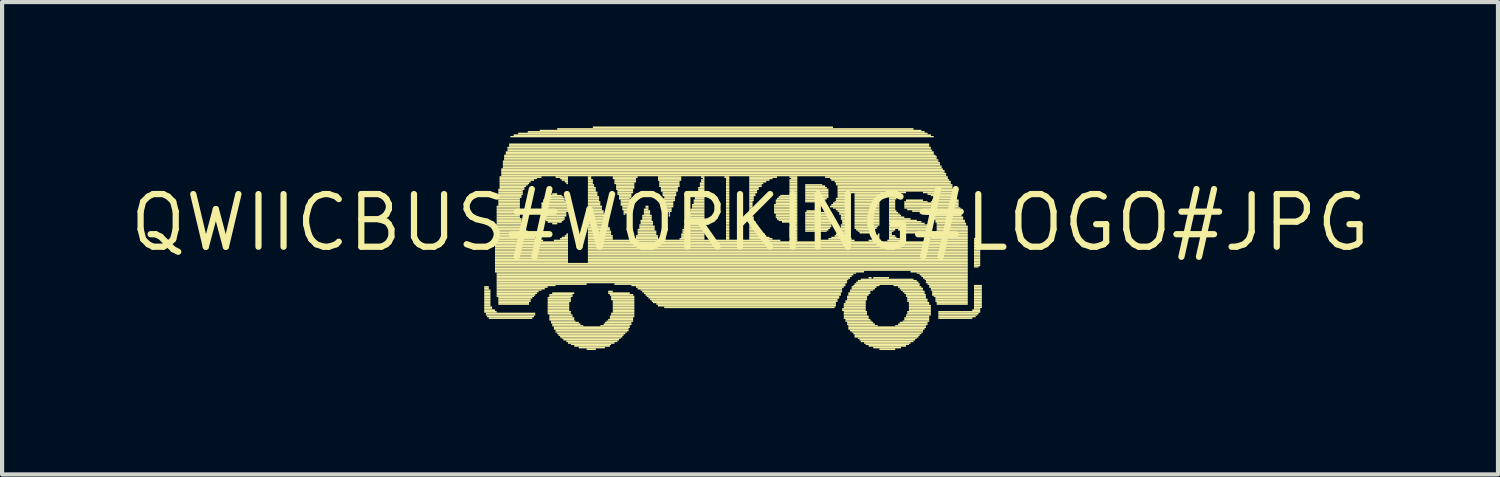
<source format=kicad_pcb>
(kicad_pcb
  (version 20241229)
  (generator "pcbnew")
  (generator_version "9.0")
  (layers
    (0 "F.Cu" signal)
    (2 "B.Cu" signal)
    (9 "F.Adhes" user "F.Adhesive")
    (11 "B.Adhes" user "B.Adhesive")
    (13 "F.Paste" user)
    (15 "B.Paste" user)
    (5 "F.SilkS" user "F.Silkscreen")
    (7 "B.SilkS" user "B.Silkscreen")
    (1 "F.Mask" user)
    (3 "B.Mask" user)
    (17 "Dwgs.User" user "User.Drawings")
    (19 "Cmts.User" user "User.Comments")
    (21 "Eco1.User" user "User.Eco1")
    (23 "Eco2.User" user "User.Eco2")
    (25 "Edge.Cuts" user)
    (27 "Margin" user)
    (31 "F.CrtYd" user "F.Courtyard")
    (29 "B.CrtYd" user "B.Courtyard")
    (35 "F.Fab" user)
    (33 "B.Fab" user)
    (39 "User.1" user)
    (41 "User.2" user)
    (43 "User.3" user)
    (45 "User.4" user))
  (footprint "QWIICBUS#WORKING#LOGO#JPG"
    (layer "F.Cu")
    (at 15.036 2.32)
    (property "Reference" "QWIICBUS#WORKING#LOGO#JPG" (at 0 0 0) (layer "F.SilkS") (effects (font (size 1.27 1.27) (thickness 0.15))))
    (fp_poly (pts (xy -6.41 1.57) (xy -6.3 1.57) (xy -6.3 1.53) (xy -6.41 1.53)) (stroke (width 0) (type default)) (fill yes) (layer "F.SilkS"))
    (fp_poly (pts (xy -6.41 1.61) (xy -6.3 1.61) (xy -6.3 1.57) (xy -6.41 1.57)) (stroke (width 0) (type default)) (fill yes) (layer "F.SilkS"))
    (fp_poly (pts (xy -6.41 1.64) (xy -6.26 1.64) (xy -6.26 1.61) (xy -6.41 1.61)) (stroke (width 0) (type default)) (fill yes) (layer "F.SilkS"))
    (fp_poly (pts (xy -6.41 1.68) (xy -6.26 1.68) (xy -6.26 1.64) (xy -6.41 1.64)) (stroke (width 0) (type default)) (fill yes) (layer "F.SilkS"))
    (fp_poly (pts (xy -6.41 1.72) (xy -6.26 1.72) (xy -6.26 1.68) (xy -6.41 1.68)) (stroke (width 0) (type default)) (fill yes) (layer "F.SilkS"))
    (fp_poly (pts (xy -6.41 1.76) (xy -6.26 1.76) (xy -6.26 1.72) (xy -6.41 1.72)) (stroke (width 0) (type default)) (fill yes) (layer "F.SilkS"))
    (fp_poly (pts (xy -6.41 1.79) (xy -6.26 1.79) (xy -6.26 1.76) (xy -6.41 1.76)) (stroke (width 0) (type default)) (fill yes) (layer "F.SilkS"))
    (fp_poly (pts (xy -6.41 1.83) (xy -6.26 1.83) (xy -6.26 1.79) (xy -6.41 1.79)) (stroke (width 0) (type default)) (fill yes) (layer "F.SilkS"))
    (fp_poly (pts (xy -6.41 1.87) (xy -6.26 1.87) (xy -6.26 1.83) (xy -6.41 1.83)) (stroke (width 0) (type default)) (fill yes) (layer "F.SilkS"))
    (fp_poly (pts (xy -6.41 1.91) (xy -6.26 1.91) (xy -6.26 1.87) (xy -6.41 1.87)) (stroke (width 0) (type default)) (fill yes) (layer "F.SilkS"))
    (fp_poly (pts (xy -6.41 1.94) (xy -6.26 1.94) (xy -6.26 1.91) (xy -6.41 1.91)) (stroke (width 0) (type default)) (fill yes) (layer "F.SilkS"))
    (fp_poly (pts (xy -6.41 1.98) (xy -6.26 1.98) (xy -6.26 1.94) (xy -6.41 1.94)) (stroke (width 0) (type default)) (fill yes) (layer "F.SilkS"))
    (fp_poly (pts (xy -6.41 2.02) (xy -6.26 2.02) (xy -6.26 1.98) (xy -6.41 1.98)) (stroke (width 0) (type default)) (fill yes) (layer "F.SilkS"))
    (fp_poly (pts (xy -6.41 2.06) (xy -6.22 2.06) (xy -6.22 2.02) (xy -6.41 2.02)) (stroke (width 0) (type default)) (fill yes) (layer "F.SilkS"))
    (fp_poly (pts (xy -6.41 2.09) (xy -6.22 2.09) (xy -6.22 2.06) (xy -6.41 2.06)) (stroke (width 0) (type default)) (fill yes) (layer "F.SilkS"))
    (fp_poly (pts (xy -6.41 2.13) (xy -6.15 2.13) (xy -6.15 2.09) (xy -6.41 2.09)) (stroke (width 0) (type default)) (fill yes) (layer "F.SilkS"))
    (fp_poly (pts (xy -6.41 2.17) (xy -6.11 2.17) (xy -6.11 2.13) (xy -6.41 2.13)) (stroke (width 0) (type default)) (fill yes) (layer "F.SilkS"))
    (fp_poly (pts (xy -6.37 2.21) (xy -5.18 2.21) (xy -5.18 2.17) (xy -6.37 2.17)) (stroke (width 0) (type default)) (fill yes) (layer "F.SilkS"))
    (fp_poly (pts (xy -6.37 2.24) (xy -5.18 2.24) (xy -5.18 2.21) (xy -6.37 2.21)) (stroke (width 0) (type default)) (fill yes) (layer "F.SilkS"))
    (fp_poly (pts (xy -6.34 2.28) (xy -5.21 2.28) (xy -5.21 2.24) (xy -6.34 2.24)) (stroke (width 0) (type default)) (fill yes) (layer "F.SilkS"))
    (fp_poly (pts (xy -6.3 2.32) (xy -5.25 2.32) (xy -5.25 2.28) (xy -6.3 2.28)) (stroke (width 0) (type default)) (fill yes) (layer "F.SilkS"))
    (fp_poly (pts (xy -6.15 0.26) (xy -5.33 0.26) (xy -5.33 0.22) (xy -6.15 0.22)) (stroke (width 0) (type default)) (fill yes) (layer "F.SilkS"))
    (fp_poly (pts (xy -6.15 0.3) (xy -5.29 0.3) (xy -5.29 0.26) (xy -6.15 0.26)) (stroke (width 0) (type default)) (fill yes) (layer "F.SilkS"))
    (fp_poly (pts (xy -6.15 0.34) (xy -5.25 0.34) (xy -5.25 0.3) (xy -6.15 0.3)) (stroke (width 0) (type default)) (fill yes) (layer "F.SilkS"))
    (fp_poly (pts (xy -6.15 0.37) (xy -5.18 0.37) (xy -5.18 0.34) (xy -6.15 0.34)) (stroke (width 0) (type default)) (fill yes) (layer "F.SilkS"))
    (fp_poly (pts (xy -6.15 0.41) (xy -5.1 0.41) (xy -5.1 0.37) (xy -6.15 0.37)) (stroke (width 0) (type default)) (fill yes) (layer "F.SilkS"))
    (fp_poly (pts (xy -6.15 0.45) (xy -4.99 0.45) (xy -4.99 0.41) (xy -6.15 0.41)) (stroke (width 0) (type default)) (fill yes) (layer "F.SilkS"))
    (fp_poly (pts (xy -6.15 0.49) (xy -4.39 0.49) (xy -4.39 0.45) (xy -6.15 0.45)) (stroke (width 0) (type default)) (fill yes) (layer "F.SilkS"))
    (fp_poly (pts (xy -6.15 0.52) (xy -4.39 0.52) (xy -4.39 0.49) (xy -6.15 0.49)) (stroke (width 0) (type default)) (fill yes) (layer "F.SilkS"))
    (fp_poly (pts (xy -6.15 0.56) (xy -4.39 0.56) (xy -4.39 0.52) (xy -6.15 0.52)) (stroke (width 0) (type default)) (fill yes) (layer "F.SilkS"))
    (fp_poly (pts (xy -6.15 0.6) (xy -4.39 0.6) (xy -4.39 0.56) (xy -6.15 0.56)) (stroke (width 0) (type default)) (fill yes) (layer "F.SilkS"))
    (fp_poly (pts (xy -6.15 0.64) (xy -4.39 0.64) (xy -4.39 0.6) (xy -6.15 0.6)) (stroke (width 0) (type default)) (fill yes) (layer "F.SilkS"))
    (fp_poly (pts (xy -6.15 0.67) (xy -4.39 0.67) (xy -4.39 0.64) (xy -6.15 0.64)) (stroke (width 0) (type default)) (fill yes) (layer "F.SilkS"))
    (fp_poly (pts (xy -6.15 0.71) (xy -4.39 0.71) (xy -4.39 0.67) (xy -6.15 0.67)) (stroke (width 0) (type default)) (fill yes) (layer "F.SilkS"))
    (fp_poly (pts (xy -6.15 0.75) (xy -4.39 0.75) (xy -4.39 0.71) (xy -6.15 0.71)) (stroke (width 0) (type default)) (fill yes) (layer "F.SilkS"))
    (fp_poly (pts (xy -6.15 0.79) (xy -4.39 0.79) (xy -4.39 0.75) (xy -6.15 0.75)) (stroke (width 0) (type default)) (fill yes) (layer "F.SilkS"))
    (fp_poly (pts (xy -6.15 0.82) (xy -4.39 0.82) (xy -4.39 0.79) (xy -6.15 0.79)) (stroke (width 0) (type default)) (fill yes) (layer "F.SilkS"))
    (fp_poly (pts (xy -6.15 0.86) (xy -4.39 0.86) (xy -4.39 0.82) (xy -6.15 0.82)) (stroke (width 0) (type default)) (fill yes) (layer "F.SilkS"))
    (fp_poly (pts (xy -6.15 0.9) (xy -4.39 0.9) (xy -4.39 0.86) (xy -6.15 0.86)) (stroke (width 0) (type default)) (fill yes) (layer "F.SilkS"))
    (fp_poly (pts (xy -6.15 0.93) (xy -4.39 0.93) (xy -4.39 0.9) (xy -6.15 0.9)) (stroke (width 0) (type default)) (fill yes) (layer "F.SilkS"))
    (fp_poly (pts (xy -6.15 0.97) (xy -4.39 0.97) (xy -4.39 0.93) (xy -6.15 0.93)) (stroke (width 0) (type default)) (fill yes) (layer "F.SilkS"))
    (fp_poly (pts (xy -6.15 1.01) (xy 5.25 1.01) (xy 5.25 0.97) (xy -6.15 0.97)) (stroke (width 0) (type default)) (fill yes) (layer "F.SilkS"))
    (fp_poly (pts (xy -6.15 1.05) (xy 5.25 1.05) (xy 5.25 1.01) (xy -6.15 1.01)) (stroke (width 0) (type default)) (fill yes) (layer "F.SilkS"))
    (fp_poly (pts (xy -6.15 1.08) (xy 5.25 1.08) (xy 5.25 1.05) (xy -6.15 1.05)) (stroke (width 0) (type default)) (fill yes) (layer "F.SilkS"))
    (fp_poly (pts (xy -6.15 1.12) (xy 5.25 1.12) (xy 5.25 1.08) (xy -6.15 1.08)) (stroke (width 0) (type default)) (fill yes) (layer "F.SilkS"))
    (fp_poly (pts (xy -6.15 1.16) (xy 5.25 1.16) (xy 5.25 1.12) (xy -6.15 1.12)) (stroke (width 0) (type default)) (fill yes) (layer "F.SilkS"))
    (fp_poly (pts (xy -6.15 1.2) (xy 2.75 1.2) (xy 2.75 1.16) (xy -6.15 1.16)) (stroke (width 0) (type default)) (fill yes) (layer "F.SilkS"))
    (fp_poly (pts (xy -6.11 -0.37) (xy -5.55 -0.37) (xy -5.55 -0.41) (xy -6.11 -0.41)) (stroke (width 0) (type default)) (fill yes) (layer "F.SilkS"))
    (fp_poly (pts (xy -6.11 -0.34) (xy -5.55 -0.34) (xy -5.55 -0.37) (xy -6.11 -0.37)) (stroke (width 0) (type default)) (fill yes) (layer "F.SilkS"))
    (fp_poly (pts (xy -6.11 -0.3) (xy -5.55 -0.3) (xy -5.55 -0.34) (xy -6.11 -0.34)) (stroke (width 0) (type default)) (fill yes) (layer "F.SilkS"))
    (fp_poly (pts (xy -6.11 -0.26) (xy -5.55 -0.26) (xy -5.55 -0.3) (xy -6.11 -0.3)) (stroke (width 0) (type default)) (fill yes) (layer "F.SilkS"))
    (fp_poly (pts (xy -6.11 -0.22) (xy -5.55 -0.22) (xy -5.55 -0.26) (xy -6.11 -0.26)) (stroke (width 0) (type default)) (fill yes) (layer "F.SilkS"))
    (fp_poly (pts (xy -6.11 -0.19) (xy -5.55 -0.19) (xy -5.55 -0.22) (xy -6.11 -0.22)) (stroke (width 0) (type default)) (fill yes) (layer "F.SilkS"))
    (fp_poly (pts (xy -6.11 -0.15) (xy -5.55 -0.15) (xy -5.55 -0.19) (xy -6.11 -0.19)) (stroke (width 0) (type default)) (fill yes) (layer "F.SilkS"))
    (fp_poly (pts (xy -6.11 -0.11) (xy -5.55 -0.11) (xy -5.55 -0.15) (xy -6.11 -0.15)) (stroke (width 0) (type default)) (fill yes) (layer "F.SilkS"))
    (fp_poly (pts (xy -6.11 -0.07) (xy -5.51 -0.07) (xy -5.51 -0.11) (xy -6.11 -0.11)) (stroke (width 0) (type default)) (fill yes) (layer "F.SilkS"))
    (fp_poly (pts (xy -6.11 -0.04) (xy -5.51 -0.04) (xy -5.51 -0.07) (xy -6.11 -0.07)) (stroke (width 0) (type default)) (fill yes) (layer "F.SilkS"))
    (fp_poly (pts (xy -6.11 0) (xy -5.51 0) (xy -5.51 -0.04) (xy -6.11 -0.04)) (stroke (width 0) (type default)) (fill yes) (layer "F.SilkS"))
    (fp_poly (pts (xy -6.11 0.04) (xy -5.48 0.04) (xy -5.48 0) (xy -6.11 0)) (stroke (width 0) (type default)) (fill yes) (layer "F.SilkS"))
    (fp_poly (pts (xy -6.11 0.07) (xy -5.48 0.07) (xy -5.48 0.04) (xy -6.11 0.04)) (stroke (width 0) (type default)) (fill yes) (layer "F.SilkS"))
    (fp_poly (pts (xy -6.11 0.11) (xy -5.44 0.11) (xy -5.44 0.07) (xy -6.11 0.07)) (stroke (width 0) (type default)) (fill yes) (layer "F.SilkS"))
    (fp_poly (pts (xy -6.11 0.15) (xy -5.44 0.15) (xy -5.44 0.11) (xy -6.11 0.11)) (stroke (width 0) (type default)) (fill yes) (layer "F.SilkS"))
    (fp_poly (pts (xy -6.11 0.19) (xy -5.4 0.19) (xy -5.4 0.15) (xy -6.11 0.15)) (stroke (width 0) (type default)) (fill yes) (layer "F.SilkS"))
    (fp_poly (pts (xy -6.11 0.22) (xy -5.36 0.22) (xy -5.36 0.19) (xy -6.11 0.19)) (stroke (width 0) (type default)) (fill yes) (layer "F.SilkS"))
    (fp_poly (pts (xy -6.11 1.23) (xy 2.56 1.23) (xy 2.56 1.2) (xy -6.11 1.2)) (stroke (width 0) (type default)) (fill yes) (layer "F.SilkS"))
    (fp_poly (pts (xy -6.11 1.27) (xy 2.49 1.27) (xy 2.49 1.23) (xy -6.11 1.23)) (stroke (width 0) (type default)) (fill yes) (layer "F.SilkS"))
    (fp_poly (pts (xy -6.11 1.31) (xy 2.45 1.31) (xy 2.45 1.27) (xy -6.11 1.27)) (stroke (width 0) (type default)) (fill yes) (layer "F.SilkS"))
    (fp_poly (pts (xy -6.11 1.35) (xy 2.41 1.35) (xy 2.41 1.31) (xy -6.11 1.31)) (stroke (width 0) (type default)) (fill yes) (layer "F.SilkS"))
    (fp_poly (pts (xy -6.11 1.38) (xy 2.37 1.38) (xy 2.37 1.35) (xy -6.11 1.35)) (stroke (width 0) (type default)) (fill yes) (layer "F.SilkS"))
    (fp_poly (pts (xy -6.11 1.42) (xy 2.34 1.42) (xy 2.34 1.38) (xy -6.11 1.38)) (stroke (width 0) (type default)) (fill yes) (layer "F.SilkS"))
    (fp_poly (pts (xy -6.11 1.46) (xy 2.34 1.46) (xy 2.34 1.42) (xy -6.11 1.42)) (stroke (width 0) (type default)) (fill yes) (layer "F.SilkS"))
    (fp_poly (pts (xy -6.11 1.5) (xy -3.94 1.5) (xy -3.94 1.46) (xy -6.11 1.46)) (stroke (width 0) (type default)) (fill yes) (layer "F.SilkS"))
    (fp_poly (pts (xy -6.11 1.53) (xy -4.69 1.53) (xy -4.69 1.5) (xy -6.11 1.5)) (stroke (width 0) (type default)) (fill yes) (layer "F.SilkS"))
    (fp_poly (pts (xy -6.11 1.57) (xy -4.88 1.57) (xy -4.88 1.53) (xy -6.11 1.53)) (stroke (width 0) (type default)) (fill yes) (layer "F.SilkS"))
    (fp_poly (pts (xy -6.11 1.61) (xy -4.95 1.61) (xy -4.95 1.57) (xy -6.11 1.57)) (stroke (width 0) (type default)) (fill yes) (layer "F.SilkS"))
    (fp_poly (pts (xy -6.11 1.64) (xy -5.03 1.64) (xy -5.03 1.61) (xy -6.11 1.61)) (stroke (width 0) (type default)) (fill yes) (layer "F.SilkS"))
    (fp_poly (pts (xy -6.11 1.68) (xy -5.1 1.68) (xy -5.1 1.64) (xy -6.11 1.64)) (stroke (width 0) (type default)) (fill yes) (layer "F.SilkS"))
    (fp_poly (pts (xy -6.11 1.72) (xy -5.14 1.72) (xy -5.14 1.68) (xy -6.11 1.68)) (stroke (width 0) (type default)) (fill yes) (layer "F.SilkS"))
    (fp_poly (pts (xy -6.11 1.76) (xy -5.18 1.76) (xy -5.18 1.72) (xy -6.11 1.72)) (stroke (width 0) (type default)) (fill yes) (layer "F.SilkS"))
    (fp_poly (pts (xy -6.11 1.79) (xy -5.21 1.79) (xy -5.21 1.76) (xy -6.11 1.76)) (stroke (width 0) (type default)) (fill yes) (layer "F.SilkS"))
    (fp_poly (pts (xy -6.07 -0.79) (xy -5.44 -0.79) (xy -5.44 -0.82) (xy -6.07 -0.82)) (stroke (width 0) (type default)) (fill yes) (layer "F.SilkS"))
    (fp_poly (pts (xy -6.07 -0.75) (xy -5.48 -0.75) (xy -5.48 -0.79) (xy -6.07 -0.79)) (stroke (width 0) (type default)) (fill yes) (layer "F.SilkS"))
    (fp_poly (pts (xy -6.07 -0.71) (xy -5.48 -0.71) (xy -5.48 -0.75) (xy -6.07 -0.75)) (stroke (width 0) (type default)) (fill yes) (layer "F.SilkS"))
    (fp_poly (pts (xy -6.07 -0.67) (xy -5.48 -0.67) (xy -5.48 -0.71) (xy -6.07 -0.71)) (stroke (width 0) (type default)) (fill yes) (layer "F.SilkS"))
    (fp_poly (pts (xy -6.07 -0.64) (xy -5.51 -0.64) (xy -5.51 -0.67) (xy -6.07 -0.67)) (stroke (width 0) (type default)) (fill yes) (layer "F.SilkS"))
    (fp_poly (pts (xy -6.07 -0.6) (xy -5.51 -0.6) (xy -5.51 -0.64) (xy -6.07 -0.64)) (stroke (width 0) (type default)) (fill yes) (layer "F.SilkS"))
    (fp_poly (pts (xy -6.07 -0.56) (xy -5.55 -0.56) (xy -5.55 -0.6) (xy -6.07 -0.6)) (stroke (width 0) (type default)) (fill yes) (layer "F.SilkS"))
    (fp_poly (pts (xy -6.07 -0.52) (xy -5.55 -0.52) (xy -5.55 -0.56) (xy -6.07 -0.56)) (stroke (width 0) (type default)) (fill yes) (layer "F.SilkS"))
    (fp_poly (pts (xy -6.07 -0.49) (xy -5.55 -0.49) (xy -5.55 -0.52) (xy -6.07 -0.52)) (stroke (width 0) (type default)) (fill yes) (layer "F.SilkS"))
    (fp_poly (pts (xy -6.07 -0.45) (xy -5.55 -0.45) (xy -5.55 -0.49) (xy -6.07 -0.49)) (stroke (width 0) (type default)) (fill yes) (layer "F.SilkS"))
    (fp_poly (pts (xy -6.07 -0.41) (xy -5.55 -0.41) (xy -5.55 -0.45) (xy -6.07 -0.45)) (stroke (width 0) (type default)) (fill yes) (layer "F.SilkS"))
    (fp_poly (pts (xy -6.07 1.83) (xy -5.25 1.83) (xy -5.25 1.79) (xy -6.07 1.79)) (stroke (width 0) (type default)) (fill yes) (layer "F.SilkS"))
    (fp_poly (pts (xy -6.07 1.87) (xy -5.29 1.87) (xy -5.29 1.83) (xy -6.07 1.83)) (stroke (width 0) (type default)) (fill yes) (layer "F.SilkS"))
    (fp_poly (pts (xy -6.07 1.91) (xy -5.29 1.91) (xy -5.29 1.87) (xy -6.07 1.87)) (stroke (width 0) (type default)) (fill yes) (layer "F.SilkS"))
    (fp_poly (pts (xy -6.07 1.94) (xy -5.33 1.94) (xy -5.33 1.91) (xy -6.07 1.91)) (stroke (width 0) (type default)) (fill yes) (layer "F.SilkS"))
    (fp_poly (pts (xy -6.07 1.98) (xy -5.33 1.98) (xy -5.33 1.94) (xy -6.07 1.94)) (stroke (width 0) (type default)) (fill yes) (layer "F.SilkS"))
    (fp_poly (pts (xy -6.04 -1.08) (xy -5.03 -1.08) (xy -5.03 -1.12) (xy -6.04 -1.12)) (stroke (width 0) (type default)) (fill yes) (layer "F.SilkS"))
    (fp_poly (pts (xy -6.04 -1.05) (xy -5.14 -1.05) (xy -5.14 -1.08) (xy -6.04 -1.08)) (stroke (width 0) (type default)) (fill yes) (layer "F.SilkS"))
    (fp_poly (pts (xy -6.04 -1.01) (xy -5.21 -1.01) (xy -5.21 -1.05) (xy -6.04 -1.05)) (stroke (width 0) (type default)) (fill yes) (layer "F.SilkS"))
    (fp_poly (pts (xy -6.04 -0.97) (xy -5.29 -0.97) (xy -5.29 -1.01) (xy -6.04 -1.01)) (stroke (width 0) (type default)) (fill yes) (layer "F.SilkS"))
    (fp_poly (pts (xy -6.04 -0.93) (xy -5.33 -0.93) (xy -5.33 -0.97) (xy -6.04 -0.97)) (stroke (width 0) (type default)) (fill yes) (layer "F.SilkS"))
    (fp_poly (pts (xy -6.04 -0.9) (xy -5.36 -0.9) (xy -5.36 -0.93) (xy -6.04 -0.93)) (stroke (width 0) (type default)) (fill yes) (layer "F.SilkS"))
    (fp_poly (pts (xy -6.04 -0.86) (xy -5.4 -0.86) (xy -5.4 -0.9) (xy -6.04 -0.9)) (stroke (width 0) (type default)) (fill yes) (layer "F.SilkS"))
    (fp_poly (pts (xy -6.04 -0.82) (xy -5.44 -0.82) (xy -5.44 -0.86) (xy -6.04 -0.86)) (stroke (width 0) (type default)) (fill yes) (layer "F.SilkS"))
    (fp_poly (pts (xy -6 -1.27) (xy 4.65 -1.27) (xy 4.65 -1.31) (xy -6 -1.31)) (stroke (width 0) (type default)) (fill yes) (layer "F.SilkS"))
    (fp_poly (pts (xy -6 -1.23) (xy 4.69 -1.23) (xy 4.69 -1.27) (xy -6 -1.27)) (stroke (width 0) (type default)) (fill yes) (layer "F.SilkS"))
    (fp_poly (pts (xy -6 -1.2) (xy 4.69 -1.2) (xy 4.69 -1.23) (xy -6 -1.23)) (stroke (width 0) (type default)) (fill yes) (layer "F.SilkS"))
    (fp_poly (pts (xy -6 -1.16) (xy 4.73 -1.16) (xy 4.73 -1.2) (xy -6 -1.2)) (stroke (width 0) (type default)) (fill yes) (layer "F.SilkS"))
    (fp_poly (pts (xy -6 -1.12) (xy 4.73 -1.12) (xy 4.73 -1.16) (xy -6 -1.16)) (stroke (width 0) (type default)) (fill yes) (layer "F.SilkS"))
    (fp_poly (pts (xy -5.96 -1.46) (xy 4.54 -1.46) (xy 4.54 -1.5) (xy -5.96 -1.5)) (stroke (width 0) (type default)) (fill yes) (layer "F.SilkS"))
    (fp_poly (pts (xy -5.96 -1.42) (xy 4.58 -1.42) (xy 4.58 -1.46) (xy -5.96 -1.46)) (stroke (width 0) (type default)) (fill yes) (layer "F.SilkS"))
    (fp_poly (pts (xy -5.96 -1.38) (xy 4.58 -1.38) (xy 4.58 -1.42) (xy -5.96 -1.42)) (stroke (width 0) (type default)) (fill yes) (layer "F.SilkS"))
    (fp_poly (pts (xy -5.96 -1.35) (xy 4.62 -1.35) (xy 4.62 -1.38) (xy -5.96 -1.38)) (stroke (width 0) (type default)) (fill yes) (layer "F.SilkS"))
    (fp_poly (pts (xy -5.96 -1.31) (xy 4.62 -1.31) (xy 4.62 -1.35) (xy -5.96 -1.35)) (stroke (width 0) (type default)) (fill yes) (layer "F.SilkS"))
    (fp_poly (pts (xy -5.93 -1.61) (xy 4.47 -1.61) (xy 4.47 -1.64) (xy -5.93 -1.64)) (stroke (width 0) (type default)) (fill yes) (layer "F.SilkS"))
    (fp_poly (pts (xy -5.93 -1.57) (xy 4.5 -1.57) (xy 4.5 -1.61) (xy -5.93 -1.61)) (stroke (width 0) (type default)) (fill yes) (layer "F.SilkS"))
    (fp_poly (pts (xy -5.93 -1.53) (xy 4.5 -1.53) (xy 4.5 -1.57) (xy -5.93 -1.57)) (stroke (width 0) (type default)) (fill yes) (layer "F.SilkS"))
    (fp_poly (pts (xy -5.93 -1.5) (xy 4.54 -1.5) (xy 4.54 -1.53) (xy -5.93 -1.53)) (stroke (width 0) (type default)) (fill yes) (layer "F.SilkS"))
    (fp_poly (pts (xy -5.89 -1.68) (xy 4.43 -1.68) (xy 4.43 -1.72) (xy -5.89 -1.72)) (stroke (width 0) (type default)) (fill yes) (layer "F.SilkS"))
    (fp_poly (pts (xy -5.89 -1.64) (xy 4.43 -1.64) (xy 4.43 -1.68) (xy -5.89 -1.68)) (stroke (width 0) (type default)) (fill yes) (layer "F.SilkS"))
    (fp_poly (pts (xy -5.85 -1.79) (xy 4.36 -1.79) (xy 4.36 -1.83) (xy -5.85 -1.83)) (stroke (width 0) (type default)) (fill yes) (layer "F.SilkS"))
    (fp_poly (pts (xy -5.85 -1.76) (xy 4.36 -1.76) (xy 4.36 -1.79) (xy -5.85 -1.79)) (stroke (width 0) (type default)) (fill yes) (layer "F.SilkS"))
    (fp_poly (pts (xy -5.85 -1.72) (xy 4.39 -1.72) (xy 4.39 -1.76) (xy -5.85 -1.76)) (stroke (width 0) (type default)) (fill yes) (layer "F.SilkS"))
    (fp_poly (pts (xy -5.81 -1.87) (xy 4.32 -1.87) (xy 4.32 -1.91) (xy -5.81 -1.91)) (stroke (width 0) (type default)) (fill yes) (layer "F.SilkS"))
    (fp_poly (pts (xy -5.81 -1.83) (xy 4.32 -1.83) (xy 4.32 -1.87) (xy -5.81 -1.87)) (stroke (width 0) (type default)) (fill yes) (layer "F.SilkS"))
    (fp_poly (pts (xy -5.78 -2.06) (xy 4.43 -2.06) (xy 4.43 -2.09) (xy -5.78 -2.09)) (stroke (width 0) (type default)) (fill yes) (layer "F.SilkS"))
    (fp_poly (pts (xy -5.7 -2.09) (xy 4.36 -2.09) (xy 4.36 -2.13) (xy -5.7 -2.13)) (stroke (width 0) (type default)) (fill yes) (layer "F.SilkS"))
    (fp_poly (pts (xy -5.59 -2.13) (xy 4.28 -2.13) (xy 4.28 -2.17) (xy -5.59 -2.17)) (stroke (width 0) (type default)) (fill yes) (layer "F.SilkS"))
    (fp_poly (pts (xy -5.36 -2.17) (xy 4.21 -2.17) (xy 4.21 -2.21) (xy -5.36 -2.21)) (stroke (width 0) (type default)) (fill yes) (layer "F.SilkS"))
    (fp_poly (pts (xy -5.07 -2.21) (xy 4.13 -2.21) (xy 4.13 -2.24) (xy -5.07 -2.24)) (stroke (width 0) (type default)) (fill yes) (layer "F.SilkS"))
    (fp_poly (pts (xy -5.03 -0.45) (xy -4.43 -0.45) (xy -4.43 -0.49) (xy -5.03 -0.49)) (stroke (width 0) (type default)) (fill yes) (layer "F.SilkS"))
    (fp_poly (pts (xy -5.03 -0.41) (xy -4.43 -0.41) (xy -4.43 -0.45) (xy -5.03 -0.45)) (stroke (width 0) (type default)) (fill yes) (layer "F.SilkS"))
    (fp_poly (pts (xy -5.03 -0.37) (xy -4.39 -0.37) (xy -4.39 -0.41) (xy -5.03 -0.41)) (stroke (width 0) (type default)) (fill yes) (layer "F.SilkS"))
    (fp_poly (pts (xy -5.03 -0.34) (xy -4.39 -0.34) (xy -4.39 -0.37) (xy -5.03 -0.37)) (stroke (width 0) (type default)) (fill yes) (layer "F.SilkS"))
    (fp_poly (pts (xy -5.03 -0.3) (xy -4.39 -0.3) (xy -4.39 -0.34) (xy -5.03 -0.34)) (stroke (width 0) (type default)) (fill yes) (layer "F.SilkS"))
    (fp_poly (pts (xy -5.03 -0.26) (xy -4.39 -0.26) (xy -4.39 -0.3) (xy -5.03 -0.3)) (stroke (width 0) (type default)) (fill yes) (layer "F.SilkS"))
    (fp_poly (pts (xy -5.03 -0.22) (xy -4.43 -0.22) (xy -4.43 -0.26) (xy -5.03 -0.26)) (stroke (width 0) (type default)) (fill yes) (layer "F.SilkS"))
    (fp_poly (pts (xy -5.03 -0.19) (xy -4.43 -0.19) (xy -4.43 -0.22) (xy -5.03 -0.22)) (stroke (width 0) (type default)) (fill yes) (layer "F.SilkS"))
    (fp_poly (pts (xy -4.99 -0.52) (xy -4.47 -0.52) (xy -4.47 -0.56) (xy -4.99 -0.56)) (stroke (width 0) (type default)) (fill yes) (layer "F.SilkS"))
    (fp_poly (pts (xy -4.99 -0.49) (xy -4.43 -0.49) (xy -4.43 -0.52) (xy -4.99 -0.52)) (stroke (width 0) (type default)) (fill yes) (layer "F.SilkS"))
    (fp_poly (pts (xy -4.99 -0.15) (xy -4.43 -0.15) (xy -4.43 -0.19) (xy -4.99 -0.19)) (stroke (width 0) (type default)) (fill yes) (layer "F.SilkS"))
    (fp_poly (pts (xy -4.99 -0.11) (xy -4.47 -0.11) (xy -4.47 -0.15) (xy -4.99 -0.15)) (stroke (width 0) (type default)) (fill yes) (layer "F.SilkS"))
    (fp_poly (pts (xy -4.95 -0.56) (xy -4.47 -0.56) (xy -4.47 -0.6) (xy -4.95 -0.6)) (stroke (width 0) (type default)) (fill yes) (layer "F.SilkS"))
    (fp_poly (pts (xy -4.95 -0.07) (xy -4.47 -0.07) (xy -4.47 -0.11) (xy -4.95 -0.11)) (stroke (width 0) (type default)) (fill yes) (layer "F.SilkS"))
    (fp_poly (pts (xy -4.92 -0.6) (xy -4.5 -0.6) (xy -4.5 -0.64) (xy -4.92 -0.64)) (stroke (width 0) (type default)) (fill yes) (layer "F.SilkS"))
    (fp_poly (pts (xy -4.92 -0.04) (xy -4.5 -0.04) (xy -4.5 -0.07) (xy -4.92 -0.07)) (stroke (width 0) (type default)) (fill yes) (layer "F.SilkS"))
    (fp_poly (pts (xy -4.88 -0.64) (xy -4.54 -0.64) (xy -4.54 -0.67) (xy -4.88 -0.67)) (stroke (width 0) (type default)) (fill yes) (layer "F.SilkS"))
    (fp_poly (pts (xy -4.88 0) (xy -4.54 0) (xy -4.54 -0.04) (xy -4.88 -0.04)) (stroke (width 0) (type default)) (fill yes) (layer "F.SilkS"))
    (fp_poly (pts (xy -4.88 1.83) (xy -4.32 1.83) (xy -4.32 1.79) (xy -4.88 1.79)) (stroke (width 0) (type default)) (fill yes) (layer "F.SilkS"))
    (fp_poly (pts (xy -4.88 1.87) (xy -4.32 1.87) (xy -4.32 1.83) (xy -4.88 1.83)) (stroke (width 0) (type default)) (fill yes) (layer "F.SilkS"))
    (fp_poly (pts (xy -4.88 1.91) (xy -4.32 1.91) (xy -4.32 1.87) (xy -4.88 1.87)) (stroke (width 0) (type default)) (fill yes) (layer "F.SilkS"))
    (fp_poly (pts (xy -4.88 1.94) (xy -4.36 1.94) (xy -4.36 1.91) (xy -4.88 1.91)) (stroke (width 0) (type default)) (fill yes) (layer "F.SilkS"))
    (fp_poly (pts (xy -4.88 1.98) (xy -4.36 1.98) (xy -4.36 1.94) (xy -4.88 1.94)) (stroke (width 0) (type default)) (fill yes) (layer "F.SilkS"))
    (fp_poly (pts (xy -4.88 2.02) (xy -4.36 2.02) (xy -4.36 1.98) (xy -4.88 1.98)) (stroke (width 0) (type default)) (fill yes) (layer "F.SilkS"))
    (fp_poly (pts (xy -4.88 2.06) (xy -4.36 2.06) (xy -4.36 2.02) (xy -4.88 2.02)) (stroke (width 0) (type default)) (fill yes) (layer "F.SilkS"))
    (fp_poly (pts (xy -4.88 2.09) (xy -4.36 2.09) (xy -4.36 2.06) (xy -4.88 2.06)) (stroke (width 0) (type default)) (fill yes) (layer "F.SilkS"))
    (fp_poly (pts (xy -4.88 2.13) (xy -4.36 2.13) (xy -4.36 2.09) (xy -4.88 2.09)) (stroke (width 0) (type default)) (fill yes) (layer "F.SilkS"))
    (fp_poly (pts (xy -4.88 2.17) (xy -4.32 2.17) (xy -4.32 2.13) (xy -4.88 2.13)) (stroke (width 0) (type default)) (fill yes) (layer "F.SilkS"))
    (fp_poly (pts (xy -4.88 2.21) (xy -4.32 2.21) (xy -4.32 2.17) (xy -4.88 2.17)) (stroke (width 0) (type default)) (fill yes) (layer "F.SilkS"))
    (fp_poly (pts (xy -4.84 1.76) (xy -4.28 1.76) (xy -4.28 1.72) (xy -4.84 1.72)) (stroke (width 0) (type default)) (fill yes) (layer "F.SilkS"))
    (fp_poly (pts (xy -4.84 1.79) (xy -4.28 1.79) (xy -4.28 1.76) (xy -4.84 1.76)) (stroke (width 0) (type default)) (fill yes) (layer "F.SilkS"))
    (fp_poly (pts (xy -4.84 2.24) (xy -4.28 2.24) (xy -4.28 2.21) (xy -4.84 2.21)) (stroke (width 0) (type default)) (fill yes) (layer "F.SilkS"))
    (fp_poly (pts (xy -4.84 2.28) (xy -4.28 2.28) (xy -4.28 2.24) (xy -4.84 2.24)) (stroke (width 0) (type default)) (fill yes) (layer "F.SilkS"))
    (fp_poly (pts (xy -4.84 2.32) (xy -4.24 2.32) (xy -4.24 2.28) (xy -4.84 2.28)) (stroke (width 0) (type default)) (fill yes) (layer "F.SilkS"))
    (fp_poly (pts (xy -4.84 2.36) (xy -4.24 2.36) (xy -4.24 2.32) (xy -4.84 2.32)) (stroke (width 0) (type default)) (fill yes) (layer "F.SilkS"))
    (fp_poly (pts (xy -4.8 2.39) (xy -4.21 2.39) (xy -4.21 2.36) (xy -4.8 2.36)) (stroke (width 0) (type default)) (fill yes) (layer "F.SilkS"))
    (fp_poly (pts (xy -4.8 2.43) (xy -4.13 2.43) (xy -4.13 2.39) (xy -4.8 2.39)) (stroke (width 0) (type default)) (fill yes) (layer "F.SilkS"))
    (fp_poly (pts (xy -4.77 -0.67) (xy -4.65 -0.67) (xy -4.65 -0.71) (xy -4.77 -0.71)) (stroke (width 0) (type default)) (fill yes) (layer "F.SilkS"))
    (fp_poly (pts (xy -4.77 0.04) (xy -4.65 0.04) (xy -4.65 0) (xy -4.77 0)) (stroke (width 0) (type default)) (fill yes) (layer "F.SilkS"))
    (fp_poly (pts (xy -4.77 1.72) (xy -4.24 1.72) (xy -4.24 1.68) (xy -4.77 1.68)) (stroke (width 0) (type default)) (fill yes) (layer "F.SilkS"))
    (fp_poly (pts (xy -4.77 2.47) (xy -4.09 2.47) (xy -4.09 2.43) (xy -4.77 2.43)) (stroke (width 0) (type default)) (fill yes) (layer "F.SilkS"))
    (fp_poly (pts (xy -4.77 2.5) (xy -4.02 2.5) (xy -4.02 2.47) (xy -4.77 2.47)) (stroke (width 0) (type default)) (fill yes) (layer "F.SilkS"))
    (fp_poly (pts (xy -4.73 0.45) (xy -4.39 0.45) (xy -4.39 0.41) (xy -4.73 0.41)) (stroke (width 0) (type default)) (fill yes) (layer "F.SilkS"))
    (fp_poly (pts (xy -4.73 2.54) (xy -2.9 2.54) (xy -2.9 2.5) (xy -4.73 2.5)) (stroke (width 0) (type default)) (fill yes) (layer "F.SilkS"))
    (fp_poly (pts (xy -4.73 2.58) (xy -2.93 2.58) (xy -2.93 2.54) (xy -4.73 2.54)) (stroke (width 0) (type default)) (fill yes) (layer "F.SilkS"))
    (fp_poly (pts (xy -4.69 -1.08) (xy -4.39 -1.08) (xy -4.39 -1.12) (xy -4.69 -1.12)) (stroke (width 0) (type default)) (fill yes) (layer "F.SilkS"))
    (fp_poly (pts (xy -4.69 2.62) (xy -2.93 2.62) (xy -2.93 2.58) (xy -4.69 2.58)) (stroke (width 0) (type default)) (fill yes) (layer "F.SilkS"))
    (fp_poly (pts (xy -4.69 2.65) (xy -2.97 2.65) (xy -2.97 2.62) (xy -4.69 2.62)) (stroke (width 0) (type default)) (fill yes) (layer "F.SilkS"))
    (fp_poly (pts (xy -4.65 -2.24) (xy 3.94 -2.24) (xy 3.94 -2.28) (xy -4.65 -2.28)) (stroke (width 0) (type default)) (fill yes) (layer "F.SilkS"))
    (fp_poly (pts (xy -4.65 2.69) (xy -3.01 2.69) (xy -3.01 2.65) (xy -4.65 2.65)) (stroke (width 0) (type default)) (fill yes) (layer "F.SilkS"))
    (fp_poly (pts (xy -4.62 2.73) (xy -3.05 2.73) (xy -3.05 2.69) (xy -4.62 2.69)) (stroke (width 0) (type default)) (fill yes) (layer "F.SilkS"))
    (fp_poly (pts (xy -4.58 -1.05) (xy -4.39 -1.05) (xy -4.39 -1.08) (xy -4.58 -1.08)) (stroke (width 0) (type default)) (fill yes) (layer "F.SilkS"))
    (fp_poly (pts (xy -4.58 0.41) (xy -4.39 0.41) (xy -4.39 0.37) (xy -4.58 0.37)) (stroke (width 0) (type default)) (fill yes) (layer "F.SilkS"))
    (fp_poly (pts (xy -4.58 2.77) (xy -3.08 2.77) (xy -3.08 2.73) (xy -4.58 2.73)) (stroke (width 0) (type default)) (fill yes) (layer "F.SilkS"))
    (fp_poly (pts (xy -4.54 -1.01) (xy -4.39 -1.01) (xy -4.39 -1.05) (xy -4.54 -1.05)) (stroke (width 0) (type default)) (fill yes) (layer "F.SilkS"))
    (fp_poly (pts (xy -4.54 0.37) (xy -4.39 0.37) (xy -4.39 0.34) (xy -4.54 0.34)) (stroke (width 0) (type default)) (fill yes) (layer "F.SilkS"))
    (fp_poly (pts (xy -4.54 2.8) (xy -3.12 2.8) (xy -3.12 2.77) (xy -4.54 2.77)) (stroke (width 0) (type default)) (fill yes) (layer "F.SilkS"))
    (fp_poly (pts (xy -4.5 2.84) (xy -3.16 2.84) (xy -3.16 2.8) (xy -4.5 2.8)) (stroke (width 0) (type default)) (fill yes) (layer "F.SilkS"))
    (fp_poly (pts (xy -4.47 -0.97) (xy -4.39 -0.97) (xy -4.39 -1.01) (xy -4.47 -1.01)) (stroke (width 0) (type default)) (fill yes) (layer "F.SilkS"))
    (fp_poly (pts (xy -4.47 0.34) (xy -4.39 0.34) (xy -4.39 0.3) (xy -4.47 0.3)) (stroke (width 0) (type default)) (fill yes) (layer "F.SilkS"))
    (fp_poly (pts (xy -4.43 -0.93) (xy -4.39 -0.93) (xy -4.39 -0.97) (xy -4.43 -0.97)) (stroke (width 0) (type default)) (fill yes) (layer "F.SilkS"))
    (fp_poly (pts (xy -4.43 0.3) (xy -4.39 0.3) (xy -4.39 0.26) (xy -4.43 0.26)) (stroke (width 0) (type default)) (fill yes) (layer "F.SilkS"))
    (fp_poly (pts (xy -4.43 2.88) (xy -3.2 2.88) (xy -3.2 2.84) (xy -4.43 2.84)) (stroke (width 0) (type default)) (fill yes) (layer "F.SilkS"))
    (fp_poly (pts (xy -4.39 2.92) (xy -3.27 2.92) (xy -3.27 2.88) (xy -4.39 2.88)) (stroke (width 0) (type default)) (fill yes) (layer "F.SilkS"))
    (fp_poly (pts (xy -4.32 2.95) (xy -3.35 2.95) (xy -3.35 2.92) (xy -4.32 2.92)) (stroke (width 0) (type default)) (fill yes) (layer "F.SilkS"))
    (fp_poly (pts (xy -4.24 2.99) (xy -3.38 2.99) (xy -3.38 2.95) (xy -4.24 2.95)) (stroke (width 0) (type default)) (fill yes) (layer "F.SilkS"))
    (fp_poly (pts (xy -4.13 3.03) (xy -3.5 3.03) (xy -3.5 2.99) (xy -4.13 2.99)) (stroke (width 0) (type default)) (fill yes) (layer "F.SilkS"))
    (fp_poly (pts (xy -3.94 3.07) (xy -3.72 3.07) (xy -3.72 3.03) (xy -3.94 3.03)) (stroke (width 0) (type default)) (fill yes) (layer "F.SilkS"))
    (fp_poly (pts (xy -3.91 -1.08) (xy -3.83 -1.08) (xy -3.83 -1.12) (xy -3.91 -1.12)) (stroke (width 0) (type default)) (fill yes) (layer "F.SilkS"))
    (fp_poly (pts (xy -3.91 -1.05) (xy -3.83 -1.05) (xy -3.83 -1.08) (xy -3.91 -1.08)) (stroke (width 0) (type default)) (fill yes) (layer "F.SilkS"))
    (fp_poly (pts (xy -3.91 -1.01) (xy -3.79 -1.01) (xy -3.79 -1.05) (xy -3.91 -1.05)) (stroke (width 0) (type default)) (fill yes) (layer "F.SilkS"))
    (fp_poly (pts (xy -3.91 -0.97) (xy -3.79 -0.97) (xy -3.79 -1.01) (xy -3.91 -1.01)) (stroke (width 0) (type default)) (fill yes) (layer "F.SilkS"))
    (fp_poly (pts (xy -3.91 -0.93) (xy -3.79 -0.93) (xy -3.79 -0.97) (xy -3.91 -0.97)) (stroke (width 0) (type default)) (fill yes) (layer "F.SilkS"))
    (fp_poly (pts (xy -3.91 -0.9) (xy -3.76 -0.9) (xy -3.76 -0.93) (xy -3.91 -0.93)) (stroke (width 0) (type default)) (fill yes) (layer "F.SilkS"))
    (fp_poly (pts (xy -3.91 -0.86) (xy -3.76 -0.86) (xy -3.76 -0.9) (xy -3.91 -0.9)) (stroke (width 0) (type default)) (fill yes) (layer "F.SilkS"))
    (fp_poly (pts (xy -3.91 -0.82) (xy -3.72 -0.82) (xy -3.72 -0.86) (xy -3.91 -0.86)) (stroke (width 0) (type default)) (fill yes) (layer "F.SilkS"))
    (fp_poly (pts (xy -3.91 -0.79) (xy -3.72 -0.79) (xy -3.72 -0.82) (xy -3.91 -0.82)) (stroke (width 0) (type default)) (fill yes) (layer "F.SilkS"))
    (fp_poly (pts (xy -3.91 -0.75) (xy -3.72 -0.75) (xy -3.72 -0.79) (xy -3.91 -0.79)) (stroke (width 0) (type default)) (fill yes) (layer "F.SilkS"))
    (fp_poly (pts (xy -3.91 -0.71) (xy -3.68 -0.71) (xy -3.68 -0.75) (xy -3.91 -0.75)) (stroke (width 0) (type default)) (fill yes) (layer "F.SilkS"))
    (fp_poly (pts (xy -3.91 -0.67) (xy -3.68 -0.67) (xy -3.68 -0.71) (xy -3.91 -0.71)) (stroke (width 0) (type default)) (fill yes) (layer "F.SilkS"))
    (fp_poly (pts (xy -3.91 -0.64) (xy -3.68 -0.64) (xy -3.68 -0.67) (xy -3.91 -0.67)) (stroke (width 0) (type default)) (fill yes) (layer "F.SilkS"))
    (fp_poly (pts (xy -3.91 -0.6) (xy -3.64 -0.6) (xy -3.64 -0.64) (xy -3.91 -0.64)) (stroke (width 0) (type default)) (fill yes) (layer "F.SilkS"))
    (fp_poly (pts (xy -3.91 -0.56) (xy -3.64 -0.56) (xy -3.64 -0.6) (xy -3.91 -0.6)) (stroke (width 0) (type default)) (fill yes) (layer "F.SilkS"))
    (fp_poly (pts (xy -3.91 -0.52) (xy -3.64 -0.52) (xy -3.64 -0.56) (xy -3.91 -0.56)) (stroke (width 0) (type default)) (fill yes) (layer "F.SilkS"))
    (fp_poly (pts (xy -3.91 -0.49) (xy -3.61 -0.49) (xy -3.61 -0.52) (xy -3.91 -0.52)) (stroke (width 0) (type default)) (fill yes) (layer "F.SilkS"))
    (fp_poly (pts (xy -3.91 -0.45) (xy -3.61 -0.45) (xy -3.61 -0.49) (xy -3.91 -0.49)) (stroke (width 0) (type default)) (fill yes) (layer "F.SilkS"))
    (fp_poly (pts (xy -3.91 -0.41) (xy -3.61 -0.41) (xy -3.61 -0.45) (xy -3.91 -0.45)) (stroke (width 0) (type default)) (fill yes) (layer "F.SilkS"))
    (fp_poly (pts (xy -3.91 -0.37) (xy -3.57 -0.37) (xy -3.57 -0.41) (xy -3.91 -0.41)) (stroke (width 0) (type default)) (fill yes) (layer "F.SilkS"))
    (fp_poly (pts (xy -3.91 -0.34) (xy -3.57 -0.34) (xy -3.57 -0.37) (xy -3.91 -0.37)) (stroke (width 0) (type default)) (fill yes) (layer "F.SilkS"))
    (fp_poly (pts (xy -3.91 -0.3) (xy -3.57 -0.3) (xy -3.57 -0.34) (xy -3.91 -0.34)) (stroke (width 0) (type default)) (fill yes) (layer "F.SilkS"))
    (fp_poly (pts (xy -3.91 -0.26) (xy -3.53 -0.26) (xy -3.53 -0.3) (xy -3.91 -0.3)) (stroke (width 0) (type default)) (fill yes) (layer "F.SilkS"))
    (fp_poly (pts (xy -3.91 -0.22) (xy -3.53 -0.22) (xy -3.53 -0.26) (xy -3.91 -0.26)) (stroke (width 0) (type default)) (fill yes) (layer "F.SilkS"))
    (fp_poly (pts (xy -3.91 -0.19) (xy -3.5 -0.19) (xy -3.5 -0.22) (xy -3.91 -0.22)) (stroke (width 0) (type default)) (fill yes) (layer "F.SilkS"))
    (fp_poly (pts (xy -3.91 -0.15) (xy -3.5 -0.15) (xy -3.5 -0.19) (xy -3.91 -0.19)) (stroke (width 0) (type default)) (fill yes) (layer "F.SilkS"))
    (fp_poly (pts (xy -3.91 -0.11) (xy -3.5 -0.11) (xy -3.5 -0.15) (xy -3.91 -0.15)) (stroke (width 0) (type default)) (fill yes) (layer "F.SilkS"))
    (fp_poly (pts (xy -3.91 -0.07) (xy -3.46 -0.07) (xy -3.46 -0.11) (xy -3.91 -0.11)) (stroke (width 0) (type default)) (fill yes) (layer "F.SilkS"))
    (fp_poly (pts (xy -3.91 -0.04) (xy -3.46 -0.04) (xy -3.46 -0.07) (xy -3.91 -0.07)) (stroke (width 0) (type default)) (fill yes) (layer "F.SilkS"))
    (fp_poly (pts (xy -3.91 0) (xy -3.46 0) (xy -3.46 -0.04) (xy -3.91 -0.04)) (stroke (width 0) (type default)) (fill yes) (layer "F.SilkS"))
    (fp_poly (pts (xy -3.91 0.04) (xy -3.42 0.04) (xy -3.42 0) (xy -3.91 0)) (stroke (width 0) (type default)) (fill yes) (layer "F.SilkS"))
    (fp_poly (pts (xy -3.91 0.07) (xy -3.42 0.07) (xy -3.42 0.04) (xy -3.91 0.04)) (stroke (width 0) (type default)) (fill yes) (layer "F.SilkS"))
    (fp_poly (pts (xy -3.91 0.11) (xy -3.42 0.11) (xy -3.42 0.07) (xy -3.91 0.07)) (stroke (width 0) (type default)) (fill yes) (layer "F.SilkS"))
    (fp_poly (pts (xy -3.91 0.15) (xy -3.38 0.15) (xy -3.38 0.11) (xy -3.91 0.11)) (stroke (width 0) (type default)) (fill yes) (layer "F.SilkS"))
    (fp_poly (pts (xy -3.91 0.19) (xy -3.38 0.19) (xy -3.38 0.15) (xy -3.91 0.15)) (stroke (width 0) (type default)) (fill yes) (layer "F.SilkS"))
    (fp_poly (pts (xy -3.91 0.22) (xy -3.35 0.22) (xy -3.35 0.19) (xy -3.91 0.19)) (stroke (width 0) (type default)) (fill yes) (layer "F.SilkS"))
    (fp_poly (pts (xy -3.91 0.26) (xy -3.35 0.26) (xy -3.35 0.22) (xy -3.91 0.22)) (stroke (width 0) (type default)) (fill yes) (layer "F.SilkS"))
    (fp_poly (pts (xy -3.91 0.3) (xy -3.35 0.3) (xy -3.35 0.26) (xy -3.91 0.26)) (stroke (width 0) (type default)) (fill yes) (layer "F.SilkS"))
    (fp_poly (pts (xy -3.91 0.34) (xy -3.31 0.34) (xy -3.31 0.3) (xy -3.91 0.3)) (stroke (width 0) (type default)) (fill yes) (layer "F.SilkS"))
    (fp_poly (pts (xy -3.91 0.37) (xy -3.31 0.37) (xy -3.31 0.34) (xy -3.91 0.34)) (stroke (width 0) (type default)) (fill yes) (layer "F.SilkS"))
    (fp_poly (pts (xy -3.91 0.41) (xy -3.31 0.41) (xy -3.31 0.37) (xy -3.91 0.37)) (stroke (width 0) (type default)) (fill yes) (layer "F.SilkS"))
    (fp_poly (pts (xy -3.91 0.45) (xy 0.73 0.45) (xy 0.73 0.41) (xy -3.91 0.41)) (stroke (width 0) (type default)) (fill yes) (layer "F.SilkS"))
    (fp_poly (pts (xy -3.91 0.49) (xy 5.25 0.49) (xy 5.25 0.45) (xy -3.91 0.45)) (stroke (width 0) (type default)) (fill yes) (layer "F.SilkS"))
    (fp_poly (pts (xy -3.91 0.52) (xy 5.25 0.52) (xy 5.25 0.49) (xy -3.91 0.49)) (stroke (width 0) (type default)) (fill yes) (layer "F.SilkS"))
    (fp_poly (pts (xy -3.91 0.56) (xy 5.25 0.56) (xy 5.25 0.52) (xy -3.91 0.52)) (stroke (width 0) (type default)) (fill yes) (layer "F.SilkS"))
    (fp_poly (pts (xy -3.91 0.6) (xy 5.25 0.6) (xy 5.25 0.56) (xy -3.91 0.56)) (stroke (width 0) (type default)) (fill yes) (layer "F.SilkS"))
    (fp_poly (pts (xy -3.91 0.64) (xy 5.25 0.64) (xy 5.25 0.6) (xy -3.91 0.6)) (stroke (width 0) (type default)) (fill yes) (layer "F.SilkS"))
    (fp_poly (pts (xy -3.91 0.67) (xy 5.25 0.67) (xy 5.25 0.64) (xy -3.91 0.64)) (stroke (width 0) (type default)) (fill yes) (layer "F.SilkS"))
    (fp_poly (pts (xy -3.91 0.71) (xy 5.25 0.71) (xy 5.25 0.67) (xy -3.91 0.67)) (stroke (width 0) (type default)) (fill yes) (layer "F.SilkS"))
    (fp_poly (pts (xy -3.91 0.75) (xy 5.25 0.75) (xy 5.25 0.71) (xy -3.91 0.71)) (stroke (width 0) (type default)) (fill yes) (layer "F.SilkS"))
    (fp_poly (pts (xy -3.91 0.79) (xy 5.25 0.79) (xy 5.25 0.75) (xy -3.91 0.75)) (stroke (width 0) (type default)) (fill yes) (layer "F.SilkS"))
    (fp_poly (pts (xy -3.91 0.82) (xy 5.25 0.82) (xy 5.25 0.79) (xy -3.91 0.79)) (stroke (width 0) (type default)) (fill yes) (layer "F.SilkS"))
    (fp_poly (pts (xy -3.91 0.86) (xy 5.25 0.86) (xy 5.25 0.82) (xy -3.91 0.82)) (stroke (width 0) (type default)) (fill yes) (layer "F.SilkS"))
    (fp_poly (pts (xy -3.91 0.9) (xy 5.25 0.9) (xy 5.25 0.86) (xy -3.91 0.86)) (stroke (width 0) (type default)) (fill yes) (layer "F.SilkS"))
    (fp_poly (pts (xy -3.91 0.93) (xy 5.25 0.93) (xy 5.25 0.9) (xy -3.91 0.9)) (stroke (width 0) (type default)) (fill yes) (layer "F.SilkS"))
    (fp_poly (pts (xy -3.91 0.97) (xy 5.25 0.97) (xy 5.25 0.93) (xy -3.91 0.93)) (stroke (width 0) (type default)) (fill yes) (layer "F.SilkS"))
    (fp_poly (pts (xy -3.79 -2.28) (xy 2 -2.28) (xy 2 -2.32) (xy -3.79 -2.32)) (stroke (width 0) (type default)) (fill yes) (layer "F.SilkS"))
    (fp_poly (pts (xy -3.61 2.5) (xy -2.9 2.5) (xy -2.9 2.47) (xy -3.61 2.47)) (stroke (width 0) (type default)) (fill yes) (layer "F.SilkS"))
    (fp_poly (pts (xy -3.53 2.47) (xy -2.86 2.47) (xy -2.86 2.43) (xy -3.53 2.43)) (stroke (width 0) (type default)) (fill yes) (layer "F.SilkS"))
    (fp_poly (pts (xy -3.5 2.43) (xy -2.86 2.43) (xy -2.86 2.39) (xy -3.5 2.39)) (stroke (width 0) (type default)) (fill yes) (layer "F.SilkS"))
    (fp_poly (pts (xy -3.46 2.39) (xy -2.82 2.39) (xy -2.82 2.36) (xy -3.46 2.36)) (stroke (width 0) (type default)) (fill yes) (layer "F.SilkS"))
    (fp_poly (pts (xy -3.42 1.68) (xy -3.31 1.68) (xy -3.31 1.64) (xy -3.42 1.64)) (stroke (width 0) (type default)) (fill yes) (layer "F.SilkS"))
    (fp_poly (pts (xy -3.42 1.72) (xy -2.9 1.72) (xy -2.9 1.68) (xy -3.42 1.68)) (stroke (width 0) (type default)) (fill yes) (layer "F.SilkS"))
    (fp_poly (pts (xy -3.42 2.36) (xy -2.82 2.36) (xy -2.82 2.32) (xy -3.42 2.32)) (stroke (width 0) (type default)) (fill yes) (layer "F.SilkS"))
    (fp_poly (pts (xy -3.38 1.76) (xy -2.82 1.76) (xy -2.82 1.72) (xy -3.38 1.72)) (stroke (width 0) (type default)) (fill yes) (layer "F.SilkS"))
    (fp_poly (pts (xy -3.38 2.28) (xy -2.79 2.28) (xy -2.79 2.24) (xy -3.38 2.24)) (stroke (width 0) (type default)) (fill yes) (layer "F.SilkS"))
    (fp_poly (pts (xy -3.38 2.32) (xy -2.82 2.32) (xy -2.82 2.28) (xy -3.38 2.28)) (stroke (width 0) (type default)) (fill yes) (layer "F.SilkS"))
    (fp_poly (pts (xy -3.35 1.79) (xy -2.79 1.79) (xy -2.79 1.76) (xy -3.35 1.76)) (stroke (width 0) (type default)) (fill yes) (layer "F.SilkS"))
    (fp_poly (pts (xy -3.35 1.83) (xy -2.79 1.83) (xy -2.79 1.79) (xy -3.35 1.79)) (stroke (width 0) (type default)) (fill yes) (layer "F.SilkS"))
    (fp_poly (pts (xy -3.35 1.87) (xy -2.79 1.87) (xy -2.79 1.83) (xy -3.35 1.83)) (stroke (width 0) (type default)) (fill yes) (layer "F.SilkS"))
    (fp_poly (pts (xy -3.35 2.21) (xy -2.79 2.21) (xy -2.79 2.17) (xy -3.35 2.17)) (stroke (width 0) (type default)) (fill yes) (layer "F.SilkS"))
    (fp_poly (pts (xy -3.35 2.24) (xy -2.79 2.24) (xy -2.79 2.21) (xy -3.35 2.21)) (stroke (width 0) (type default)) (fill yes) (layer "F.SilkS"))
    (fp_poly (pts (xy -3.31 -1.08) (xy -2.71 -1.08) (xy -2.71 -1.12) (xy -3.31 -1.12)) (stroke (width 0) (type default)) (fill yes) (layer "F.SilkS"))
    (fp_poly (pts (xy -3.31 -1.05) (xy -2.75 -1.05) (xy -2.75 -1.08) (xy -3.31 -1.08)) (stroke (width 0) (type default)) (fill yes) (layer "F.SilkS"))
    (fp_poly (pts (xy -3.31 1.91) (xy -2.79 1.91) (xy -2.79 1.87) (xy -3.31 1.87)) (stroke (width 0) (type default)) (fill yes) (layer "F.SilkS"))
    (fp_poly (pts (xy -3.31 1.94) (xy -2.79 1.94) (xy -2.79 1.91) (xy -3.31 1.91)) (stroke (width 0) (type default)) (fill yes) (layer "F.SilkS"))
    (fp_poly (pts (xy -3.31 1.98) (xy -2.79 1.98) (xy -2.79 1.94) (xy -3.31 1.94)) (stroke (width 0) (type default)) (fill yes) (layer "F.SilkS"))
    (fp_poly (pts (xy -3.31 2.02) (xy -2.79 2.02) (xy -2.79 1.98) (xy -3.31 1.98)) (stroke (width 0) (type default)) (fill yes) (layer "F.SilkS"))
    (fp_poly (pts (xy -3.31 2.06) (xy -2.79 2.06) (xy -2.79 2.02) (xy -3.31 2.02)) (stroke (width 0) (type default)) (fill yes) (layer "F.SilkS"))
    (fp_poly (pts (xy -3.31 2.09) (xy -2.79 2.09) (xy -2.79 2.06) (xy -3.31 2.06)) (stroke (width 0) (type default)) (fill yes) (layer "F.SilkS"))
    (fp_poly (pts (xy -3.31 2.13) (xy -2.79 2.13) (xy -2.79 2.09) (xy -3.31 2.09)) (stroke (width 0) (type default)) (fill yes) (layer "F.SilkS"))
    (fp_poly (pts (xy -3.31 2.17) (xy -2.79 2.17) (xy -2.79 2.13) (xy -3.31 2.13)) (stroke (width 0) (type default)) (fill yes) (layer "F.SilkS"))
    (fp_poly (pts (xy -3.27 -1.01) (xy -2.75 -1.01) (xy -2.75 -1.05) (xy -3.27 -1.05)) (stroke (width 0) (type default)) (fill yes) (layer "F.SilkS"))
    (fp_poly (pts (xy -3.27 -0.97) (xy -2.75 -0.97) (xy -2.75 -1.01) (xy -3.27 -1.01)) (stroke (width 0) (type default)) (fill yes) (layer "F.SilkS"))
    (fp_poly (pts (xy -3.27 -0.93) (xy -2.79 -0.93) (xy -2.79 -0.97) (xy -3.27 -0.97)) (stroke (width 0) (type default)) (fill yes) (layer "F.SilkS"))
    (fp_poly (pts (xy -3.27 1.5) (xy 2.3 1.5) (xy 2.3 1.46) (xy -3.27 1.46)) (stroke (width 0) (type default)) (fill yes) (layer "F.SilkS"))
    (fp_poly (pts (xy -3.23 -0.9) (xy -2.79 -0.9) (xy -2.79 -0.93) (xy -3.23 -0.93)) (stroke (width 0) (type default)) (fill yes) (layer "F.SilkS"))
    (fp_poly (pts (xy -3.23 -0.86) (xy -2.79 -0.86) (xy -2.79 -0.9) (xy -3.23 -0.9)) (stroke (width 0) (type default)) (fill yes) (layer "F.SilkS"))
    (fp_poly (pts (xy -3.23 -0.82) (xy -2.79 -0.82) (xy -2.79 -0.86) (xy -3.23 -0.86)) (stroke (width 0) (type default)) (fill yes) (layer "F.SilkS"))
    (fp_poly (pts (xy -3.23 -0.79) (xy -2.82 -0.79) (xy -2.82 -0.82) (xy -3.23 -0.82)) (stroke (width 0) (type default)) (fill yes) (layer "F.SilkS"))
    (fp_poly (pts (xy -3.2 -0.75) (xy -2.82 -0.75) (xy -2.82 -0.79) (xy -3.2 -0.79)) (stroke (width 0) (type default)) (fill yes) (layer "F.SilkS"))
    (fp_poly (pts (xy -3.2 -0.71) (xy -2.82 -0.71) (xy -2.82 -0.75) (xy -3.2 -0.75)) (stroke (width 0) (type default)) (fill yes) (layer "F.SilkS"))
    (fp_poly (pts (xy -3.2 -0.67) (xy -2.86 -0.67) (xy -2.86 -0.71) (xy -3.2 -0.71)) (stroke (width 0) (type default)) (fill yes) (layer "F.SilkS"))
    (fp_poly (pts (xy -3.16 -0.64) (xy -2.86 -0.64) (xy -2.86 -0.67) (xy -3.16 -0.67)) (stroke (width 0) (type default)) (fill yes) (layer "F.SilkS"))
    (fp_poly (pts (xy -3.16 -0.6) (xy -2.86 -0.6) (xy -2.86 -0.64) (xy -3.16 -0.64)) (stroke (width 0) (type default)) (fill yes) (layer "F.SilkS"))
    (fp_poly (pts (xy -3.16 -0.56) (xy -2.9 -0.56) (xy -2.9 -0.6) (xy -3.16 -0.6)) (stroke (width 0) (type default)) (fill yes) (layer "F.SilkS"))
    (fp_poly (pts (xy -3.12 -0.52) (xy -2.9 -0.52) (xy -2.9 -0.56) (xy -3.12 -0.56)) (stroke (width 0) (type default)) (fill yes) (layer "F.SilkS"))
    (fp_poly (pts (xy -3.12 -0.49) (xy -2.9 -0.49) (xy -2.9 -0.52) (xy -3.12 -0.52)) (stroke (width 0) (type default)) (fill yes) (layer "F.SilkS"))
    (fp_poly (pts (xy -3.12 -0.45) (xy -2.9 -0.45) (xy -2.9 -0.49) (xy -3.12 -0.49)) (stroke (width 0) (type default)) (fill yes) (layer "F.SilkS"))
    (fp_poly (pts (xy -3.12 -0.41) (xy -2.93 -0.41) (xy -2.93 -0.45) (xy -3.12 -0.45)) (stroke (width 0) (type default)) (fill yes) (layer "F.SilkS"))
    (fp_poly (pts (xy -3.08 -0.37) (xy -2.93 -0.37) (xy -2.93 -0.41) (xy -3.08 -0.41)) (stroke (width 0) (type default)) (fill yes) (layer "F.SilkS"))
    (fp_poly (pts (xy -3.08 -0.34) (xy -2.93 -0.34) (xy -2.93 -0.37) (xy -3.08 -0.37)) (stroke (width 0) (type default)) (fill yes) (layer "F.SilkS"))
    (fp_poly (pts (xy -3.08 -0.3) (xy -2.93 -0.3) (xy -2.93 -0.34) (xy -3.08 -0.34)) (stroke (width 0) (type default)) (fill yes) (layer "F.SilkS"))
    (fp_poly (pts (xy -3.05 -0.26) (xy -2.97 -0.26) (xy -2.97 -0.3) (xy -3.05 -0.3)) (stroke (width 0) (type default)) (fill yes) (layer "F.SilkS"))
    (fp_poly (pts (xy -3.05 -0.22) (xy -2.97 -0.22) (xy -2.97 -0.26) (xy -3.05 -0.26)) (stroke (width 0) (type default)) (fill yes) (layer "F.SilkS"))
    (fp_poly (pts (xy -3.05 -0.19) (xy -3.01 -0.19) (xy -3.01 -0.22) (xy -3.05 -0.22)) (stroke (width 0) (type default)) (fill yes) (layer "F.SilkS"))
    (fp_poly (pts (xy -2.86 1.53) (xy 2.3 1.53) (xy 2.3 1.5) (xy -2.86 1.5)) (stroke (width 0) (type default)) (fill yes) (layer "F.SilkS"))
    (fp_poly (pts (xy -2.75 0.34) (xy -2.22 0.34) (xy -2.22 0.3) (xy -2.75 0.3)) (stroke (width 0) (type default)) (fill yes) (layer "F.SilkS"))
    (fp_poly (pts (xy -2.75 0.37) (xy -2.22 0.37) (xy -2.22 0.34) (xy -2.75 0.34)) (stroke (width 0) (type default)) (fill yes) (layer "F.SilkS"))
    (fp_poly (pts (xy -2.75 0.41) (xy -2.22 0.41) (xy -2.22 0.37) (xy -2.75 0.37)) (stroke (width 0) (type default)) (fill yes) (layer "F.SilkS"))
    (fp_poly (pts (xy -2.75 1.57) (xy 2.26 1.57) (xy 2.26 1.53) (xy -2.75 1.53)) (stroke (width 0) (type default)) (fill yes) (layer "F.SilkS"))
    (fp_poly (pts (xy -2.71 0.19) (xy -2.3 0.19) (xy -2.3 0.15) (xy -2.71 0.15)) (stroke (width 0) (type default)) (fill yes) (layer "F.SilkS"))
    (fp_poly (pts (xy -2.71 0.22) (xy -2.26 0.22) (xy -2.26 0.19) (xy -2.71 0.19)) (stroke (width 0) (type default)) (fill yes) (layer "F.SilkS"))
    (fp_poly (pts (xy -2.71 0.26) (xy -2.26 0.26) (xy -2.26 0.22) (xy -2.71 0.22)) (stroke (width 0) (type default)) (fill yes) (layer "F.SilkS"))
    (fp_poly (pts (xy -2.71 0.3) (xy -2.26 0.3) (xy -2.26 0.26) (xy -2.71 0.26)) (stroke (width 0) (type default)) (fill yes) (layer "F.SilkS"))
    (fp_poly (pts (xy -2.71 1.61) (xy 2.22 1.61) (xy 2.22 1.57) (xy -2.71 1.57)) (stroke (width 0) (type default)) (fill yes) (layer "F.SilkS"))
    (fp_poly (pts (xy -2.67 0.07) (xy -2.34 0.07) (xy -2.34 0.04) (xy -2.67 0.04)) (stroke (width 0) (type default)) (fill yes) (layer "F.SilkS"))
    (fp_poly (pts (xy -2.67 0.11) (xy -2.3 0.11) (xy -2.3 0.07) (xy -2.67 0.07)) (stroke (width 0) (type default)) (fill yes) (layer "F.SilkS"))
    (fp_poly (pts (xy -2.67 0.15) (xy -2.3 0.15) (xy -2.3 0.11) (xy -2.67 0.11)) (stroke (width 0) (type default)) (fill yes) (layer "F.SilkS"))
    (fp_poly (pts (xy -2.64 -0.04) (xy -2.37 -0.04) (xy -2.37 -0.07) (xy -2.64 -0.07)) (stroke (width 0) (type default)) (fill yes) (layer "F.SilkS"))
    (fp_poly (pts (xy -2.64 0) (xy -2.34 0) (xy -2.34 -0.04) (xy -2.64 -0.04)) (stroke (width 0) (type default)) (fill yes) (layer "F.SilkS"))
    (fp_poly (pts (xy -2.64 0.04) (xy -2.34 0.04) (xy -2.34 0) (xy -2.64 0)) (stroke (width 0) (type default)) (fill yes) (layer "F.SilkS"))
    (fp_poly (pts (xy -2.64 1.64) (xy 2.22 1.64) (xy 2.22 1.61) (xy -2.64 1.61)) (stroke (width 0) (type default)) (fill yes) (layer "F.SilkS"))
    (fp_poly (pts (xy -2.6 -0.15) (xy -2.37 -0.15) (xy -2.37 -0.19) (xy -2.6 -0.19)) (stroke (width 0) (type default)) (fill yes) (layer "F.SilkS"))
    (fp_poly (pts (xy -2.6 -0.11) (xy -2.37 -0.11) (xy -2.37 -0.15) (xy -2.6 -0.15)) (stroke (width 0) (type default)) (fill yes) (layer "F.SilkS"))
    (fp_poly (pts (xy -2.6 -0.07) (xy -2.37 -0.07) (xy -2.37 -0.11) (xy -2.6 -0.11)) (stroke (width 0) (type default)) (fill yes) (layer "F.SilkS"))
    (fp_poly (pts (xy -2.6 1.68) (xy 2.22 1.68) (xy 2.22 1.64) (xy -2.6 1.64)) (stroke (width 0) (type default)) (fill yes) (layer "F.SilkS"))
    (fp_poly (pts (xy -2.56 -0.3) (xy -2.45 -0.3) (xy -2.45 -0.34) (xy -2.56 -0.34)) (stroke (width 0) (type default)) (fill yes) (layer "F.SilkS"))
    (fp_poly (pts (xy -2.56 -0.26) (xy -2.41 -0.26) (xy -2.41 -0.3) (xy -2.56 -0.3)) (stroke (width 0) (type default)) (fill yes) (layer "F.SilkS"))
    (fp_poly (pts (xy -2.56 -0.22) (xy -2.41 -0.22) (xy -2.41 -0.26) (xy -2.56 -0.26)) (stroke (width 0) (type default)) (fill yes) (layer "F.SilkS"))
    (fp_poly (pts (xy -2.56 -0.19) (xy -2.41 -0.19) (xy -2.41 -0.22) (xy -2.56 -0.22)) (stroke (width 0) (type default)) (fill yes) (layer "F.SilkS"))
    (fp_poly (pts (xy -2.56 1.72) (xy 2.19 1.72) (xy 2.19 1.68) (xy -2.56 1.68)) (stroke (width 0) (type default)) (fill yes) (layer "F.SilkS"))
    (fp_poly (pts (xy -2.52 -0.37) (xy -2.45 -0.37) (xy -2.45 -0.41) (xy -2.52 -0.41)) (stroke (width 0) (type default)) (fill yes) (layer "F.SilkS"))
    (fp_poly (pts (xy -2.52 -0.34) (xy -2.45 -0.34) (xy -2.45 -0.37) (xy -2.52 -0.37)) (stroke (width 0) (type default)) (fill yes) (layer "F.SilkS"))
    (fp_poly (pts (xy -2.52 1.76) (xy 2.19 1.76) (xy 2.19 1.72) (xy -2.52 1.72)) (stroke (width 0) (type default)) (fill yes) (layer "F.SilkS"))
    (fp_poly (pts (xy -2.49 1.79) (xy 2.15 1.79) (xy 2.15 1.76) (xy -2.49 1.76)) (stroke (width 0) (type default)) (fill yes) (layer "F.SilkS"))
    (fp_poly (pts (xy -2.45 1.83) (xy 2.15 1.83) (xy 2.15 1.79) (xy -2.45 1.79)) (stroke (width 0) (type default)) (fill yes) (layer "F.SilkS"))
    (fp_poly (pts (xy -2.41 1.87) (xy 2.11 1.87) (xy 2.11 1.83) (xy -2.41 1.83)) (stroke (width 0) (type default)) (fill yes) (layer "F.SilkS"))
    (fp_poly (pts (xy -2.37 1.91) (xy 2.11 1.91) (xy 2.11 1.87) (xy -2.37 1.87)) (stroke (width 0) (type default)) (fill yes) (layer "F.SilkS"))
    (fp_poly (pts (xy -2.34 1.94) (xy 2.07 1.94) (xy 2.07 1.91) (xy -2.34 1.91)) (stroke (width 0) (type default)) (fill yes) (layer "F.SilkS"))
    (fp_poly (pts (xy -2.26 1.98) (xy 2.07 1.98) (xy 2.07 1.94) (xy -2.26 1.94)) (stroke (width 0) (type default)) (fill yes) (layer "F.SilkS"))
    (fp_poly (pts (xy -2.22 -1.08) (xy -1.66 -1.08) (xy -1.66 -1.12) (xy -2.22 -1.12)) (stroke (width 0) (type default)) (fill yes) (layer "F.SilkS"))
    (fp_poly (pts (xy -2.22 -1.05) (xy -1.66 -1.05) (xy -1.66 -1.08) (xy -2.22 -1.08)) (stroke (width 0) (type default)) (fill yes) (layer "F.SilkS"))
    (fp_poly (pts (xy -2.22 -1.01) (xy -1.66 -1.01) (xy -1.66 -1.05) (xy -2.22 -1.05)) (stroke (width 0) (type default)) (fill yes) (layer "F.SilkS"))
    (fp_poly (pts (xy -2.22 2.02) (xy 2.07 2.02) (xy 2.07 1.98) (xy -2.22 1.98)) (stroke (width 0) (type default)) (fill yes) (layer "F.SilkS"))
    (fp_poly (pts (xy -2.19 -0.97) (xy -1.7 -0.97) (xy -1.7 -1.01) (xy -2.19 -1.01)) (stroke (width 0) (type default)) (fill yes) (layer "F.SilkS"))
    (fp_poly (pts (xy -2.19 -0.93) (xy -1.7 -0.93) (xy -1.7 -0.97) (xy -2.19 -0.97)) (stroke (width 0) (type default)) (fill yes) (layer "F.SilkS"))
    (fp_poly (pts (xy -2.19 -0.9) (xy -1.7 -0.9) (xy -1.7 -0.93) (xy -2.19 -0.93)) (stroke (width 0) (type default)) (fill yes) (layer "F.SilkS"))
    (fp_poly (pts (xy -2.19 -0.86) (xy -1.7 -0.86) (xy -1.7 -0.9) (xy -2.19 -0.9)) (stroke (width 0) (type default)) (fill yes) (layer "F.SilkS"))
    (fp_poly (pts (xy -2.15 -0.82) (xy -1.74 -0.82) (xy -1.74 -0.86) (xy -2.15 -0.86)) (stroke (width 0) (type default)) (fill yes) (layer "F.SilkS"))
    (fp_poly (pts (xy -2.15 -0.79) (xy -1.74 -0.79) (xy -1.74 -0.82) (xy -2.15 -0.82)) (stroke (width 0) (type default)) (fill yes) (layer "F.SilkS"))
    (fp_poly (pts (xy -2.15 -0.75) (xy -1.74 -0.75) (xy -1.74 -0.79) (xy -2.15 -0.79)) (stroke (width 0) (type default)) (fill yes) (layer "F.SilkS"))
    (fp_poly (pts (xy -2.11 -0.71) (xy -1.78 -0.71) (xy -1.78 -0.75) (xy -2.11 -0.75)) (stroke (width 0) (type default)) (fill yes) (layer "F.SilkS"))
    (fp_poly (pts (xy -2.11 -0.67) (xy -1.78 -0.67) (xy -1.78 -0.71) (xy -2.11 -0.71)) (stroke (width 0) (type default)) (fill yes) (layer "F.SilkS"))
    (fp_poly (pts (xy -2.11 -0.64) (xy -1.78 -0.64) (xy -1.78 -0.67) (xy -2.11 -0.67)) (stroke (width 0) (type default)) (fill yes) (layer "F.SilkS"))
    (fp_poly (pts (xy -2.07 -0.6) (xy -1.81 -0.6) (xy -1.81 -0.64) (xy -2.07 -0.64)) (stroke (width 0) (type default)) (fill yes) (layer "F.SilkS"))
    (fp_poly (pts (xy -2.07 -0.56) (xy -1.81 -0.56) (xy -1.81 -0.6) (xy -2.07 -0.6)) (stroke (width 0) (type default)) (fill yes) (layer "F.SilkS"))
    (fp_poly (pts (xy -2.07 -0.52) (xy -1.81 -0.52) (xy -1.81 -0.56) (xy -2.07 -0.56)) (stroke (width 0) (type default)) (fill yes) (layer "F.SilkS"))
    (fp_poly (pts (xy -2.07 -0.49) (xy -1.85 -0.49) (xy -1.85 -0.52) (xy -2.07 -0.52)) (stroke (width 0) (type default)) (fill yes) (layer "F.SilkS"))
    (fp_poly (pts (xy -2.07 2.06) (xy 2.04 2.06) (xy 2.04 2.02) (xy -2.07 2.02)) (stroke (width 0) (type default)) (fill yes) (layer "F.SilkS"))
    (fp_poly (pts (xy -2.04 -0.45) (xy -1.85 -0.45) (xy -1.85 -0.49) (xy -2.04 -0.49)) (stroke (width 0) (type default)) (fill yes) (layer "F.SilkS"))
    (fp_poly (pts (xy -2.04 -0.41) (xy -1.85 -0.41) (xy -1.85 -0.45) (xy -2.04 -0.45)) (stroke (width 0) (type default)) (fill yes) (layer "F.SilkS"))
    (fp_poly (pts (xy -2.04 -0.37) (xy -1.85 -0.37) (xy -1.85 -0.41) (xy -2.04 -0.41)) (stroke (width 0) (type default)) (fill yes) (layer "F.SilkS"))
    (fp_poly (pts (xy -2.04 -0.34) (xy -1.89 -0.34) (xy -1.89 -0.37) (xy -2.04 -0.37)) (stroke (width 0) (type default)) (fill yes) (layer "F.SilkS"))
    (fp_poly (pts (xy -2 -0.3) (xy -1.89 -0.3) (xy -1.89 -0.34) (xy -2 -0.34)) (stroke (width 0) (type default)) (fill yes) (layer "F.SilkS"))
    (fp_poly (pts (xy -2 -0.26) (xy -1.89 -0.26) (xy -1.89 -0.3) (xy -2 -0.3)) (stroke (width 0) (type default)) (fill yes) (layer "F.SilkS"))
    (fp_poly (pts (xy -1.96 -0.22) (xy -1.93 -0.22) (xy -1.93 -0.26) (xy -1.96 -0.26)) (stroke (width 0) (type default)) (fill yes) (layer "F.SilkS"))
    (fp_poly (pts (xy -1.96 -0.19) (xy -1.93 -0.19) (xy -1.93 -0.22) (xy -1.96 -0.22)) (stroke (width 0) (type default)) (fill yes) (layer "F.SilkS"))
    (fp_poly (pts (xy -1.96 -0.15) (xy -1.93 -0.15) (xy -1.93 -0.19) (xy -1.96 -0.19)) (stroke (width 0) (type default)) (fill yes) (layer "F.SilkS"))
    (fp_poly (pts (xy -1.7 0.41) (xy -1.1 0.41) (xy -1.1 0.37) (xy -1.7 0.37)) (stroke (width 0) (type default)) (fill yes) (layer "F.SilkS"))
    (fp_poly (pts (xy -1.66 0.3) (xy -1.1 0.3) (xy -1.1 0.26) (xy -1.66 0.26)) (stroke (width 0) (type default)) (fill yes) (layer "F.SilkS"))
    (fp_poly (pts (xy -1.66 0.34) (xy -1.1 0.34) (xy -1.1 0.3) (xy -1.66 0.3)) (stroke (width 0) (type default)) (fill yes) (layer "F.SilkS"))
    (fp_poly (pts (xy -1.66 0.37) (xy -1.1 0.37) (xy -1.1 0.34) (xy -1.66 0.34)) (stroke (width 0) (type default)) (fill yes) (layer "F.SilkS"))
    (fp_poly (pts (xy -1.63 0.19) (xy -1.1 0.19) (xy -1.1 0.15) (xy -1.63 0.15)) (stroke (width 0) (type default)) (fill yes) (layer "F.SilkS"))
    (fp_poly (pts (xy -1.63 0.22) (xy -1.1 0.22) (xy -1.1 0.19) (xy -1.63 0.19)) (stroke (width 0) (type default)) (fill yes) (layer "F.SilkS"))
    (fp_poly (pts (xy -1.63 0.26) (xy -1.1 0.26) (xy -1.1 0.22) (xy -1.63 0.22)) (stroke (width 0) (type default)) (fill yes) (layer "F.SilkS"))
    (fp_poly (pts (xy -1.59 0.11) (xy -1.1 0.11) (xy -1.1 0.07) (xy -1.59 0.07)) (stroke (width 0) (type default)) (fill yes) (layer "F.SilkS"))
    (fp_poly (pts (xy -1.59 0.15) (xy -1.1 0.15) (xy -1.1 0.11) (xy -1.59 0.11)) (stroke (width 0) (type default)) (fill yes) (layer "F.SilkS"))
    (fp_poly (pts (xy -1.55 0) (xy -1.1 0) (xy -1.1 -0.04) (xy -1.55 -0.04)) (stroke (width 0) (type default)) (fill yes) (layer "F.SilkS"))
    (fp_poly (pts (xy -1.55 0.04) (xy -1.1 0.04) (xy -1.1 0) (xy -1.55 0)) (stroke (width 0) (type default)) (fill yes) (layer "F.SilkS"))
    (fp_poly (pts (xy -1.55 0.07) (xy -1.1 0.07) (xy -1.1 0.04) (xy -1.55 0.04)) (stroke (width 0) (type default)) (fill yes) (layer "F.SilkS"))
    (fp_poly (pts (xy -1.51 -0.11) (xy -1.1 -0.11) (xy -1.1 -0.15) (xy -1.51 -0.15)) (stroke (width 0) (type default)) (fill yes) (layer "F.SilkS"))
    (fp_poly (pts (xy -1.51 -0.07) (xy -1.1 -0.07) (xy -1.1 -0.11) (xy -1.51 -0.11)) (stroke (width 0) (type default)) (fill yes) (layer "F.SilkS"))
    (fp_poly (pts (xy -1.51 -0.04) (xy -1.1 -0.04) (xy -1.1 -0.07) (xy -1.51 -0.07)) (stroke (width 0) (type default)) (fill yes) (layer "F.SilkS"))
    (fp_poly (pts (xy -1.48 -0.22) (xy -1.1 -0.22) (xy -1.1 -0.26) (xy -1.48 -0.26)) (stroke (width 0) (type default)) (fill yes) (layer "F.SilkS"))
    (fp_poly (pts (xy -1.48 -0.19) (xy -1.1 -0.19) (xy -1.1 -0.22) (xy -1.48 -0.22)) (stroke (width 0) (type default)) (fill yes) (layer "F.SilkS"))
    (fp_poly (pts (xy -1.48 -0.15) (xy -1.1 -0.15) (xy -1.1 -0.19) (xy -1.48 -0.19)) (stroke (width 0) (type default)) (fill yes) (layer "F.SilkS"))
    (fp_poly (pts (xy -1.44 -0.3) (xy -1.1 -0.3) (xy -1.1 -0.34) (xy -1.44 -0.34)) (stroke (width 0) (type default)) (fill yes) (layer "F.SilkS"))
    (fp_poly (pts (xy -1.44 -0.26) (xy -1.1 -0.26) (xy -1.1 -0.3) (xy -1.44 -0.3)) (stroke (width 0) (type default)) (fill yes) (layer "F.SilkS"))
    (fp_poly (pts (xy -1.4 -0.41) (xy -1.1 -0.41) (xy -1.1 -0.45) (xy -1.4 -0.45)) (stroke (width 0) (type default)) (fill yes) (layer "F.SilkS"))
    (fp_poly (pts (xy -1.4 -0.37) (xy -1.1 -0.37) (xy -1.1 -0.41) (xy -1.4 -0.41)) (stroke (width 0) (type default)) (fill yes) (layer "F.SilkS"))
    (fp_poly (pts (xy -1.4 -0.34) (xy -1.1 -0.34) (xy -1.1 -0.37) (xy -1.4 -0.37)) (stroke (width 0) (type default)) (fill yes) (layer "F.SilkS"))
    (fp_poly (pts (xy -1.36 -0.52) (xy -1.1 -0.52) (xy -1.1 -0.56) (xy -1.36 -0.56)) (stroke (width 0) (type default)) (fill yes) (layer "F.SilkS"))
    (fp_poly (pts (xy -1.36 -0.49) (xy -1.1 -0.49) (xy -1.1 -0.52) (xy -1.36 -0.52)) (stroke (width 0) (type default)) (fill yes) (layer "F.SilkS"))
    (fp_poly (pts (xy -1.36 -0.45) (xy -1.1 -0.45) (xy -1.1 -0.49) (xy -1.36 -0.49)) (stroke (width 0) (type default)) (fill yes) (layer "F.SilkS"))
    (fp_poly (pts (xy -1.33 -0.6) (xy -1.1 -0.6) (xy -1.1 -0.64) (xy -1.33 -0.64)) (stroke (width 0) (type default)) (fill yes) (layer "F.SilkS"))
    (fp_poly (pts (xy -1.33 -0.56) (xy -1.1 -0.56) (xy -1.1 -0.6) (xy -1.33 -0.6)) (stroke (width 0) (type default)) (fill yes) (layer "F.SilkS"))
    (fp_poly (pts (xy -1.29 -0.71) (xy -1.1 -0.71) (xy -1.1 -0.75) (xy -1.29 -0.75)) (stroke (width 0) (type default)) (fill yes) (layer "F.SilkS"))
    (fp_poly (pts (xy -1.29 -0.67) (xy -1.1 -0.67) (xy -1.1 -0.71) (xy -1.29 -0.71)) (stroke (width 0) (type default)) (fill yes) (layer "F.SilkS"))
    (fp_poly (pts (xy -1.29 -0.64) (xy -1.1 -0.64) (xy -1.1 -0.67) (xy -1.29 -0.67)) (stroke (width 0) (type default)) (fill yes) (layer "F.SilkS"))
    (fp_poly (pts (xy -1.25 -0.82) (xy -1.1 -0.82) (xy -1.1 -0.86) (xy -1.25 -0.86)) (stroke (width 0) (type default)) (fill yes) (layer "F.SilkS"))
    (fp_poly (pts (xy -1.25 -0.79) (xy -1.1 -0.79) (xy -1.1 -0.82) (xy -1.25 -0.82)) (stroke (width 0) (type default)) (fill yes) (layer "F.SilkS"))
    (fp_poly (pts (xy -1.25 -0.75) (xy -1.1 -0.75) (xy -1.1 -0.79) (xy -1.25 -0.79)) (stroke (width 0) (type default)) (fill yes) (layer "F.SilkS"))
    (fp_poly (pts (xy -1.21 -0.93) (xy -1.1 -0.93) (xy -1.1 -0.97) (xy -1.21 -0.97)) (stroke (width 0) (type default)) (fill yes) (layer "F.SilkS"))
    (fp_poly (pts (xy -1.21 -0.9) (xy -1.1 -0.9) (xy -1.1 -0.93) (xy -1.21 -0.93)) (stroke (width 0) (type default)) (fill yes) (layer "F.SilkS"))
    (fp_poly (pts (xy -1.21 -0.86) (xy -1.1 -0.86) (xy -1.1 -0.9) (xy -1.21 -0.9)) (stroke (width 0) (type default)) (fill yes) (layer "F.SilkS"))
    (fp_poly (pts (xy -1.18 -1.08) (xy -1.1 -1.08) (xy -1.1 -1.12) (xy -1.18 -1.12)) (stroke (width 0) (type default)) (fill yes) (layer "F.SilkS"))
    (fp_poly (pts (xy -1.18 -1.01) (xy -1.1 -1.01) (xy -1.1 -1.05) (xy -1.18 -1.05)) (stroke (width 0) (type default)) (fill yes) (layer "F.SilkS"))
    (fp_poly (pts (xy -1.18 -0.97) (xy -1.1 -0.97) (xy -1.1 -1.01) (xy -1.18 -1.01)) (stroke (width 0) (type default)) (fill yes) (layer "F.SilkS"))
    (fp_poly (pts (xy -1.14 -1.05) (xy -1.1 -1.05) (xy -1.1 -1.08) (xy -1.14 -1.08)) (stroke (width 0) (type default)) (fill yes) (layer "F.SilkS"))
    (fp_poly (pts (xy -0.62 -1.08) (xy -0.5 -1.08) (xy -0.5 -1.12) (xy -0.62 -1.12)) (stroke (width 0) (type default)) (fill yes) (layer "F.SilkS"))
    (fp_poly (pts (xy -0.58 -1.05) (xy -0.5 -1.05) (xy -0.5 -1.08) (xy -0.58 -1.08)) (stroke (width 0) (type default)) (fill yes) (layer "F.SilkS"))
    (fp_poly (pts (xy -0.58 -1.01) (xy -0.5 -1.01) (xy -0.5 -1.05) (xy -0.58 -1.05)) (stroke (width 0) (type default)) (fill yes) (layer "F.SilkS"))
    (fp_poly (pts (xy -0.58 -0.97) (xy -0.5 -0.97) (xy -0.5 -1.01) (xy -0.58 -1.01)) (stroke (width 0) (type default)) (fill yes) (layer "F.SilkS"))
    (fp_poly (pts (xy -0.58 -0.93) (xy -0.5 -0.93) (xy -0.5 -0.97) (xy -0.58 -0.97)) (stroke (width 0) (type default)) (fill yes) (layer "F.SilkS"))
    (fp_poly (pts (xy -0.58 -0.9) (xy -0.5 -0.9) (xy -0.5 -0.93) (xy -0.58 -0.93)) (stroke (width 0) (type default)) (fill yes) (layer "F.SilkS"))
    (fp_poly (pts (xy -0.58 -0.86) (xy -0.5 -0.86) (xy -0.5 -0.9) (xy -0.58 -0.9)) (stroke (width 0) (type default)) (fill yes) (layer "F.SilkS"))
    (fp_poly (pts (xy -0.58 -0.82) (xy -0.5 -0.82) (xy -0.5 -0.86) (xy -0.58 -0.86)) (stroke (width 0) (type default)) (fill yes) (layer "F.SilkS"))
    (fp_poly (pts (xy -0.58 -0.79) (xy -0.5 -0.79) (xy -0.5 -0.82) (xy -0.58 -0.82)) (stroke (width 0) (type default)) (fill yes) (layer "F.SilkS"))
    (fp_poly (pts (xy -0.58 -0.75) (xy -0.5 -0.75) (xy -0.5 -0.79) (xy -0.58 -0.79)) (stroke (width 0) (type default)) (fill yes) (layer "F.SilkS"))
    (fp_poly (pts (xy -0.58 -0.71) (xy -0.5 -0.71) (xy -0.5 -0.75) (xy -0.58 -0.75)) (stroke (width 0) (type default)) (fill yes) (layer "F.SilkS"))
    (fp_poly (pts (xy -0.58 -0.67) (xy -0.5 -0.67) (xy -0.5 -0.71) (xy -0.58 -0.71)) (stroke (width 0) (type default)) (fill yes) (layer "F.SilkS"))
    (fp_poly (pts (xy -0.58 -0.64) (xy -0.5 -0.64) (xy -0.5 -0.67) (xy -0.58 -0.67)) (stroke (width 0) (type default)) (fill yes) (layer "F.SilkS"))
    (fp_poly (pts (xy -0.58 -0.6) (xy -0.5 -0.6) (xy -0.5 -0.64) (xy -0.58 -0.64)) (stroke (width 0) (type default)) (fill yes) (layer "F.SilkS"))
    (fp_poly (pts (xy -0.58 -0.56) (xy -0.5 -0.56) (xy -0.5 -0.6) (xy -0.58 -0.6)) (stroke (width 0) (type default)) (fill yes) (layer "F.SilkS"))
    (fp_poly (pts (xy -0.58 -0.52) (xy -0.5 -0.52) (xy -0.5 -0.56) (xy -0.58 -0.56)) (stroke (width 0) (type default)) (fill yes) (layer "F.SilkS"))
    (fp_poly (pts (xy -0.58 -0.49) (xy -0.5 -0.49) (xy -0.5 -0.52) (xy -0.58 -0.52)) (stroke (width 0) (type default)) (fill yes) (layer "F.SilkS"))
    (fp_poly (pts (xy -0.58 -0.45) (xy -0.5 -0.45) (xy -0.5 -0.49) (xy -0.58 -0.49)) (stroke (width 0) (type default)) (fill yes) (layer "F.SilkS"))
    (fp_poly (pts (xy -0.58 -0.41) (xy -0.5 -0.41) (xy -0.5 -0.45) (xy -0.58 -0.45)) (stroke (width 0) (type default)) (fill yes) (layer "F.SilkS"))
    (fp_poly (pts (xy -0.58 -0.37) (xy -0.5 -0.37) (xy -0.5 -0.41) (xy -0.58 -0.41)) (stroke (width 0) (type default)) (fill yes) (layer "F.SilkS"))
    (fp_poly (pts (xy -0.58 -0.34) (xy -0.5 -0.34) (xy -0.5 -0.37) (xy -0.58 -0.37)) (stroke (width 0) (type default)) (fill yes) (layer "F.SilkS"))
    (fp_poly (pts (xy -0.58 -0.3) (xy -0.5 -0.3) (xy -0.5 -0.34) (xy -0.58 -0.34)) (stroke (width 0) (type default)) (fill yes) (layer "F.SilkS"))
    (fp_poly (pts (xy -0.58 -0.26) (xy -0.5 -0.26) (xy -0.5 -0.3) (xy -0.58 -0.3)) (stroke (width 0) (type default)) (fill yes) (layer "F.SilkS"))
    (fp_poly (pts (xy -0.58 -0.22) (xy -0.5 -0.22) (xy -0.5 -0.26) (xy -0.58 -0.26)) (stroke (width 0) (type default)) (fill yes) (layer "F.SilkS"))
    (fp_poly (pts (xy -0.58 -0.19) (xy -0.5 -0.19) (xy -0.5 -0.22) (xy -0.58 -0.22)) (stroke (width 0) (type default)) (fill yes) (layer "F.SilkS"))
    (fp_poly (pts (xy -0.58 -0.15) (xy -0.5 -0.15) (xy -0.5 -0.19) (xy -0.58 -0.19)) (stroke (width 0) (type default)) (fill yes) (layer "F.SilkS"))
    (fp_poly (pts (xy -0.58 -0.11) (xy -0.5 -0.11) (xy -0.5 -0.15) (xy -0.58 -0.15)) (stroke (width 0) (type default)) (fill yes) (layer "F.SilkS"))
    (fp_poly (pts (xy -0.58 -0.07) (xy -0.5 -0.07) (xy -0.5 -0.11) (xy -0.58 -0.11)) (stroke (width 0) (type default)) (fill yes) (layer "F.SilkS"))
    (fp_poly (pts (xy -0.58 -0.04) (xy -0.5 -0.04) (xy -0.5 -0.07) (xy -0.58 -0.07)) (stroke (width 0) (type default)) (fill yes) (layer "F.SilkS"))
    (fp_poly (pts (xy -0.58 0) (xy -0.5 0) (xy -0.5 -0.04) (xy -0.58 -0.04)) (stroke (width 0) (type default)) (fill yes) (layer "F.SilkS"))
    (fp_poly (pts (xy -0.58 0.04) (xy -0.5 0.04) (xy -0.5 0) (xy -0.58 0)) (stroke (width 0) (type default)) (fill yes) (layer "F.SilkS"))
    (fp_poly (pts (xy -0.58 0.07) (xy -0.5 0.07) (xy -0.5 0.04) (xy -0.58 0.04)) (stroke (width 0) (type default)) (fill yes) (layer "F.SilkS"))
    (fp_poly (pts (xy -0.58 0.11) (xy -0.5 0.11) (xy -0.5 0.07) (xy -0.58 0.07)) (stroke (width 0) (type default)) (fill yes) (layer "F.SilkS"))
    (fp_poly (pts (xy -0.58 0.15) (xy -0.5 0.15) (xy -0.5 0.11) (xy -0.58 0.11)) (stroke (width 0) (type default)) (fill yes) (layer "F.SilkS"))
    (fp_poly (pts (xy -0.58 0.19) (xy -0.5 0.19) (xy -0.5 0.15) (xy -0.58 0.15)) (stroke (width 0) (type default)) (fill yes) (layer "F.SilkS"))
    (fp_poly (pts (xy -0.58 0.22) (xy -0.5 0.22) (xy -0.5 0.19) (xy -0.58 0.19)) (stroke (width 0) (type default)) (fill yes) (layer "F.SilkS"))
    (fp_poly (pts (xy -0.58 0.26) (xy -0.5 0.26) (xy -0.5 0.22) (xy -0.58 0.22)) (stroke (width 0) (type default)) (fill yes) (layer "F.SilkS"))
    (fp_poly (pts (xy -0.58 0.3) (xy -0.5 0.3) (xy -0.5 0.26) (xy -0.58 0.26)) (stroke (width 0) (type default)) (fill yes) (layer "F.SilkS"))
    (fp_poly (pts (xy -0.58 0.34) (xy -0.5 0.34) (xy -0.5 0.3) (xy -0.58 0.3)) (stroke (width 0) (type default)) (fill yes) (layer "F.SilkS"))
    (fp_poly (pts (xy -0.58 0.37) (xy -0.5 0.37) (xy -0.5 0.34) (xy -0.58 0.34)) (stroke (width 0) (type default)) (fill yes) (layer "F.SilkS"))
    (fp_poly (pts (xy -0.58 0.41) (xy -0.5 0.41) (xy -0.5 0.37) (xy -0.58 0.37)) (stroke (width 0) (type default)) (fill yes) (layer "F.SilkS"))
    (fp_poly (pts (xy -0.02 -1.08) (xy 0.65 -1.08) (xy 0.65 -1.12) (xy -0.02 -1.12)) (stroke (width 0) (type default)) (fill yes) (layer "F.SilkS"))
    (fp_poly (pts (xy -0.02 -1.05) (xy 0.54 -1.05) (xy 0.54 -1.08) (xy -0.02 -1.08)) (stroke (width 0) (type default)) (fill yes) (layer "F.SilkS"))
    (fp_poly (pts (xy -0.02 -1.01) (xy 0.47 -1.01) (xy 0.47 -1.05) (xy -0.02 -1.05)) (stroke (width 0) (type default)) (fill yes) (layer "F.SilkS"))
    (fp_poly (pts (xy -0.02 -0.97) (xy 0.39 -0.97) (xy 0.39 -1.01) (xy -0.02 -1.01)) (stroke (width 0) (type default)) (fill yes) (layer "F.SilkS"))
    (fp_poly (pts (xy -0.02 -0.93) (xy 0.32 -0.93) (xy 0.32 -0.97) (xy -0.02 -0.97)) (stroke (width 0) (type default)) (fill yes) (layer "F.SilkS"))
    (fp_poly (pts (xy -0.02 -0.9) (xy 0.28 -0.9) (xy 0.28 -0.93) (xy -0.02 -0.93)) (stroke (width 0) (type default)) (fill yes) (layer "F.SilkS"))
    (fp_poly (pts (xy -0.02 -0.86) (xy 0.28 -0.86) (xy 0.28 -0.9) (xy -0.02 -0.9)) (stroke (width 0) (type default)) (fill yes) (layer "F.SilkS"))
    (fp_poly (pts (xy -0.02 -0.82) (xy 0.21 -0.82) (xy 0.21 -0.86) (xy -0.02 -0.86)) (stroke (width 0) (type default)) (fill yes) (layer "F.SilkS"))
    (fp_poly (pts (xy -0.02 -0.79) (xy 0.21 -0.79) (xy 0.21 -0.82) (xy -0.02 -0.82)) (stroke (width 0) (type default)) (fill yes) (layer "F.SilkS"))
    (fp_poly (pts (xy -0.02 -0.75) (xy 0.17 -0.75) (xy 0.17 -0.79) (xy -0.02 -0.79)) (stroke (width 0) (type default)) (fill yes) (layer "F.SilkS"))
    (fp_poly (pts (xy -0.02 -0.71) (xy 0.17 -0.71) (xy 0.17 -0.75) (xy -0.02 -0.75)) (stroke (width 0) (type default)) (fill yes) (layer "F.SilkS"))
    (fp_poly (pts (xy -0.02 -0.67) (xy 0.13 -0.67) (xy 0.13 -0.71) (xy -0.02 -0.71)) (stroke (width 0) (type default)) (fill yes) (layer "F.SilkS"))
    (fp_poly (pts (xy -0.02 -0.64) (xy 0.13 -0.64) (xy 0.13 -0.67) (xy -0.02 -0.67)) (stroke (width 0) (type default)) (fill yes) (layer "F.SilkS"))
    (fp_poly (pts (xy -0.02 -0.6) (xy 0.09 -0.6) (xy 0.09 -0.64) (xy -0.02 -0.64)) (stroke (width 0) (type default)) (fill yes) (layer "F.SilkS"))
    (fp_poly (pts (xy -0.02 -0.56) (xy 0.09 -0.56) (xy 0.09 -0.6) (xy -0.02 -0.6)) (stroke (width 0) (type default)) (fill yes) (layer "F.SilkS"))
    (fp_poly (pts (xy -0.02 -0.52) (xy 0.09 -0.52) (xy 0.09 -0.56) (xy -0.02 -0.56)) (stroke (width 0) (type default)) (fill yes) (layer "F.SilkS"))
    (fp_poly (pts (xy -0.02 -0.49) (xy 0.06 -0.49) (xy 0.06 -0.52) (xy -0.02 -0.52)) (stroke (width 0) (type default)) (fill yes) (layer "F.SilkS"))
    (fp_poly (pts (xy -0.02 -0.45) (xy 0.06 -0.45) (xy 0.06 -0.49) (xy -0.02 -0.49)) (stroke (width 0) (type default)) (fill yes) (layer "F.SilkS"))
    (fp_poly (pts (xy -0.02 -0.41) (xy 0.06 -0.41) (xy 0.06 -0.45) (xy -0.02 -0.45)) (stroke (width 0) (type default)) (fill yes) (layer "F.SilkS"))
    (fp_poly (pts (xy -0.02 -0.37) (xy 0.06 -0.37) (xy 0.06 -0.41) (xy -0.02 -0.41)) (stroke (width 0) (type default)) (fill yes) (layer "F.SilkS"))
    (fp_poly (pts (xy -0.02 -0.34) (xy 0.06 -0.34) (xy 0.06 -0.37) (xy -0.02 -0.37)) (stroke (width 0) (type default)) (fill yes) (layer "F.SilkS"))
    (fp_poly (pts (xy -0.02 -0.3) (xy 0.06 -0.3) (xy 0.06 -0.34) (xy -0.02 -0.34)) (stroke (width 0) (type default)) (fill yes) (layer "F.SilkS"))
    (fp_poly (pts (xy -0.02 -0.26) (xy 0.06 -0.26) (xy 0.06 -0.3) (xy -0.02 -0.3)) (stroke (width 0) (type default)) (fill yes) (layer "F.SilkS"))
    (fp_poly (pts (xy -0.02 -0.22) (xy 0.06 -0.22) (xy 0.06 -0.26) (xy -0.02 -0.26)) (stroke (width 0) (type default)) (fill yes) (layer "F.SilkS"))
    (fp_poly (pts (xy -0.02 -0.19) (xy 0.06 -0.19) (xy 0.06 -0.22) (xy -0.02 -0.22)) (stroke (width 0) (type default)) (fill yes) (layer "F.SilkS"))
    (fp_poly (pts (xy -0.02 -0.15) (xy 0.06 -0.15) (xy 0.06 -0.19) (xy -0.02 -0.19)) (stroke (width 0) (type default)) (fill yes) (layer "F.SilkS"))
    (fp_poly (pts (xy -0.02 -0.11) (xy 0.09 -0.11) (xy 0.09 -0.15) (xy -0.02 -0.15)) (stroke (width 0) (type default)) (fill yes) (layer "F.SilkS"))
    (fp_poly (pts (xy -0.02 -0.07) (xy 0.09 -0.07) (xy 0.09 -0.11) (xy -0.02 -0.11)) (stroke (width 0) (type default)) (fill yes) (layer "F.SilkS"))
    (fp_poly (pts (xy -0.02 -0.04) (xy 0.09 -0.04) (xy 0.09 -0.07) (xy -0.02 -0.07)) (stroke (width 0) (type default)) (fill yes) (layer "F.SilkS"))
    (fp_poly (pts (xy -0.02 0) (xy 0.13 0) (xy 0.13 -0.04) (xy -0.02 -0.04)) (stroke (width 0) (type default)) (fill yes) (layer "F.SilkS"))
    (fp_poly (pts (xy -0.02 0.04) (xy 0.13 0.04) (xy 0.13 0) (xy -0.02 0)) (stroke (width 0) (type default)) (fill yes) (layer "F.SilkS"))
    (fp_poly (pts (xy -0.02 0.07) (xy 0.17 0.07) (xy 0.17 0.04) (xy -0.02 0.04)) (stroke (width 0) (type default)) (fill yes) (layer "F.SilkS"))
    (fp_poly (pts (xy -0.02 0.11) (xy 0.17 0.11) (xy 0.17 0.07) (xy -0.02 0.07)) (stroke (width 0) (type default)) (fill yes) (layer "F.SilkS"))
    (fp_poly (pts (xy -0.02 0.15) (xy 0.21 0.15) (xy 0.21 0.11) (xy -0.02 0.11)) (stroke (width 0) (type default)) (fill yes) (layer "F.SilkS"))
    (fp_poly (pts (xy -0.02 0.19) (xy 0.21 0.19) (xy 0.21 0.15) (xy -0.02 0.15)) (stroke (width 0) (type default)) (fill yes) (layer "F.SilkS"))
    (fp_poly (pts (xy -0.02 0.22) (xy 0.28 0.22) (xy 0.28 0.19) (xy -0.02 0.19)) (stroke (width 0) (type default)) (fill yes) (layer "F.SilkS"))
    (fp_poly (pts (xy -0.02 0.26) (xy 0.28 0.26) (xy 0.28 0.22) (xy -0.02 0.22)) (stroke (width 0) (type default)) (fill yes) (layer "F.SilkS"))
    (fp_poly (pts (xy -0.02 0.3) (xy 0.36 0.3) (xy 0.36 0.26) (xy -0.02 0.26)) (stroke (width 0) (type default)) (fill yes) (layer "F.SilkS"))
    (fp_poly (pts (xy -0.02 0.34) (xy 0.39 0.34) (xy 0.39 0.3) (xy -0.02 0.3)) (stroke (width 0) (type default)) (fill yes) (layer "F.SilkS"))
    (fp_poly (pts (xy -0.02 0.37) (xy 0.47 0.37) (xy 0.47 0.34) (xy -0.02 0.34)) (stroke (width 0) (type default)) (fill yes) (layer "F.SilkS"))
    (fp_poly (pts (xy -0.02 0.41) (xy 0.54 0.41) (xy 0.54 0.37) (xy -0.02 0.37)) (stroke (width 0) (type default)) (fill yes) (layer "F.SilkS"))
    (fp_poly (pts (xy 0.58 -0.41) (xy 1.14 -0.41) (xy 1.14 -0.45) (xy 0.58 -0.45)) (stroke (width 0) (type default)) (fill yes) (layer "F.SilkS"))
    (fp_poly (pts (xy 0.58 -0.37) (xy 1.14 -0.37) (xy 1.14 -0.41) (xy 0.58 -0.41)) (stroke (width 0) (type default)) (fill yes) (layer "F.SilkS"))
    (fp_poly (pts (xy 0.58 -0.34) (xy 1.14 -0.34) (xy 1.14 -0.37) (xy 0.58 -0.37)) (stroke (width 0) (type default)) (fill yes) (layer "F.SilkS"))
    (fp_poly (pts (xy 0.58 -0.3) (xy 1.14 -0.3) (xy 1.14 -0.34) (xy 0.58 -0.34)) (stroke (width 0) (type default)) (fill yes) (layer "F.SilkS"))
    (fp_poly (pts (xy 0.58 -0.26) (xy 1.14 -0.26) (xy 1.14 -0.3) (xy 0.58 -0.3)) (stroke (width 0) (type default)) (fill yes) (layer "F.SilkS"))
    (fp_poly (pts (xy 0.58 -0.22) (xy 1.14 -0.22) (xy 1.14 -0.26) (xy 0.58 -0.26)) (stroke (width 0) (type default)) (fill yes) (layer "F.SilkS"))
    (fp_poly (pts (xy 0.62 -0.52) (xy 1.14 -0.52) (xy 1.14 -0.56) (xy 0.62 -0.56)) (stroke (width 0) (type default)) (fill yes) (layer "F.SilkS"))
    (fp_poly (pts (xy 0.62 -0.49) (xy 1.14 -0.49) (xy 1.14 -0.52) (xy 0.62 -0.52)) (stroke (width 0) (type default)) (fill yes) (layer "F.SilkS"))
    (fp_poly (pts (xy 0.62 -0.45) (xy 1.14 -0.45) (xy 1.14 -0.49) (xy 0.62 -0.49)) (stroke (width 0) (type default)) (fill yes) (layer "F.SilkS"))
    (fp_poly (pts (xy 0.62 -0.19) (xy 1.14 -0.19) (xy 1.14 -0.22) (xy 0.62 -0.22)) (stroke (width 0) (type default)) (fill yes) (layer "F.SilkS"))
    (fp_poly (pts (xy 0.62 -0.15) (xy 1.14 -0.15) (xy 1.14 -0.19) (xy 0.62 -0.19)) (stroke (width 0) (type default)) (fill yes) (layer "F.SilkS"))
    (fp_poly (pts (xy 0.62 -0.11) (xy 1.14 -0.11) (xy 1.14 -0.15) (xy 0.62 -0.15)) (stroke (width 0) (type default)) (fill yes) (layer "F.SilkS"))
    (fp_poly (pts (xy 0.65 -0.56) (xy 1.14 -0.56) (xy 1.14 -0.6) (xy 0.65 -0.6)) (stroke (width 0) (type default)) (fill yes) (layer "F.SilkS"))
    (fp_poly (pts (xy 0.65 -0.07) (xy 1.14 -0.07) (xy 1.14 -0.11) (xy 0.65 -0.11)) (stroke (width 0) (type default)) (fill yes) (layer "F.SilkS"))
    (fp_poly (pts (xy 0.69 -0.6) (xy 1.14 -0.6) (xy 1.14 -0.64) (xy 0.69 -0.64)) (stroke (width 0) (type default)) (fill yes) (layer "F.SilkS"))
    (fp_poly (pts (xy 0.69 -0.04) (xy 1.14 -0.04) (xy 1.14 -0.07) (xy 0.69 -0.07)) (stroke (width 0) (type default)) (fill yes) (layer "F.SilkS"))
    (fp_poly (pts (xy 0.73 -0.64) (xy 1.14 -0.64) (xy 1.14 -0.67) (xy 0.73 -0.67)) (stroke (width 0) (type default)) (fill yes) (layer "F.SilkS"))
    (fp_poly (pts (xy 0.77 0) (xy 1.14 0) (xy 1.14 -0.04) (xy 0.77 -0.04)) (stroke (width 0) (type default)) (fill yes) (layer "F.SilkS"))
    (fp_poly (pts (xy 0.95 -1.08) (xy 1.14 -1.08) (xy 1.14 -1.12) (xy 0.95 -1.12)) (stroke (width 0) (type default)) (fill yes) (layer "F.SilkS"))
    (fp_poly (pts (xy 0.95 -1.01) (xy 1.14 -1.01) (xy 1.14 -1.05) (xy 0.95 -1.05)) (stroke (width 0) (type default)) (fill yes) (layer "F.SilkS"))
    (fp_poly (pts (xy 0.95 -0.97) (xy 1.14 -0.97) (xy 1.14 -1.01) (xy 0.95 -1.01)) (stroke (width 0) (type default)) (fill yes) (layer "F.SilkS"))
    (fp_poly (pts (xy 0.95 -0.93) (xy 1.14 -0.93) (xy 1.14 -0.97) (xy 0.95 -0.97)) (stroke (width 0) (type default)) (fill yes) (layer "F.SilkS"))
    (fp_poly (pts (xy 0.95 -0.9) (xy 1.14 -0.9) (xy 1.14 -0.93) (xy 0.95 -0.93)) (stroke (width 0) (type default)) (fill yes) (layer "F.SilkS"))
    (fp_poly (pts (xy 0.95 -0.86) (xy 1.14 -0.86) (xy 1.14 -0.9) (xy 0.95 -0.9)) (stroke (width 0) (type default)) (fill yes) (layer "F.SilkS"))
    (fp_poly (pts (xy 0.95 -0.82) (xy 1.14 -0.82) (xy 1.14 -0.86) (xy 0.95 -0.86)) (stroke (width 0) (type default)) (fill yes) (layer "F.SilkS"))
    (fp_poly (pts (xy 0.95 -0.79) (xy 1.14 -0.79) (xy 1.14 -0.82) (xy 0.95 -0.82)) (stroke (width 0) (type default)) (fill yes) (layer "F.SilkS"))
    (fp_poly (pts (xy 0.95 -0.75) (xy 1.14 -0.75) (xy 1.14 -0.79) (xy 0.95 -0.79)) (stroke (width 0) (type default)) (fill yes) (layer "F.SilkS"))
    (fp_poly (pts (xy 0.95 -0.71) (xy 1.14 -0.71) (xy 1.14 -0.75) (xy 0.95 -0.75)) (stroke (width 0) (type default)) (fill yes) (layer "F.SilkS"))
    (fp_poly (pts (xy 0.95 -0.67) (xy 1.14 -0.67) (xy 1.14 -0.71) (xy 0.95 -0.71)) (stroke (width 0) (type default)) (fill yes) (layer "F.SilkS"))
    (fp_poly (pts (xy 0.95 0.04) (xy 1.14 0.04) (xy 1.14 0) (xy 0.95 0)) (stroke (width 0) (type default)) (fill yes) (layer "F.SilkS"))
    (fp_poly (pts (xy 0.95 0.11) (xy 1.14 0.11) (xy 1.14 0.07) (xy 0.95 0.07)) (stroke (width 0) (type default)) (fill yes) (layer "F.SilkS"))
    (fp_poly (pts (xy 0.95 0.15) (xy 1.14 0.15) (xy 1.14 0.11) (xy 0.95 0.11)) (stroke (width 0) (type default)) (fill yes) (layer "F.SilkS"))
    (fp_poly (pts (xy 0.95 0.19) (xy 1.14 0.19) (xy 1.14 0.15) (xy 0.95 0.15)) (stroke (width 0) (type default)) (fill yes) (layer "F.SilkS"))
    (fp_poly (pts (xy 0.95 0.22) (xy 1.14 0.22) (xy 1.14 0.19) (xy 0.95 0.19)) (stroke (width 0) (type default)) (fill yes) (layer "F.SilkS"))
    (fp_poly (pts (xy 0.95 0.26) (xy 1.14 0.26) (xy 1.14 0.22) (xy 0.95 0.22)) (stroke (width 0) (type default)) (fill yes) (layer "F.SilkS"))
    (fp_poly (pts (xy 0.95 0.3) (xy 1.14 0.3) (xy 1.14 0.26) (xy 0.95 0.26)) (stroke (width 0) (type default)) (fill yes) (layer "F.SilkS"))
    (fp_poly (pts (xy 0.95 0.34) (xy 1.14 0.34) (xy 1.14 0.3) (xy 0.95 0.3)) (stroke (width 0) (type default)) (fill yes) (layer "F.SilkS"))
    (fp_poly (pts (xy 0.95 0.37) (xy 1.14 0.37) (xy 1.14 0.34) (xy 0.95 0.34)) (stroke (width 0) (type default)) (fill yes) (layer "F.SilkS"))
    (fp_poly (pts (xy 0.95 0.45) (xy 1.14 0.45) (xy 1.14 0.41) (xy 0.95 0.41)) (stroke (width 0) (type default)) (fill yes) (layer "F.SilkS"))
    (fp_poly (pts (xy 0.99 -1.05) (xy 1.14 -1.05) (xy 1.14 -1.08) (xy 0.99 -1.08)) (stroke (width 0) (type default)) (fill yes) (layer "F.SilkS"))
    (fp_poly (pts (xy 0.99 0.07) (xy 1.14 0.07) (xy 1.14 0.04) (xy 0.99 0.04)) (stroke (width 0) (type default)) (fill yes) (layer "F.SilkS"))
    (fp_poly (pts (xy 0.99 0.41) (xy 1.14 0.41) (xy 1.14 0.37) (xy 0.99 0.37)) (stroke (width 0) (type default)) (fill yes) (layer "F.SilkS"))
    (fp_poly (pts (xy 1.33 -0.9) (xy 1.74 -0.9) (xy 1.74 -0.93) (xy 1.33 -0.93)) (stroke (width 0) (type default)) (fill yes) (layer "F.SilkS"))
    (fp_poly (pts (xy 1.33 -0.86) (xy 1.81 -0.86) (xy 1.81 -0.9) (xy 1.33 -0.9)) (stroke (width 0) (type default)) (fill yes) (layer "F.SilkS"))
    (fp_poly (pts (xy 1.33 -0.82) (xy 1.85 -0.82) (xy 1.85 -0.86) (xy 1.33 -0.86)) (stroke (width 0) (type default)) (fill yes) (layer "F.SilkS"))
    (fp_poly (pts (xy 1.33 -0.79) (xy 1.89 -0.79) (xy 1.89 -0.82) (xy 1.33 -0.82)) (stroke (width 0) (type default)) (fill yes) (layer "F.SilkS"))
    (fp_poly (pts (xy 1.33 -0.75) (xy 1.89 -0.75) (xy 1.89 -0.79) (xy 1.33 -0.79)) (stroke (width 0) (type default)) (fill yes) (layer "F.SilkS"))
    (fp_poly (pts (xy 1.33 -0.71) (xy 1.89 -0.71) (xy 1.89 -0.75) (xy 1.33 -0.75)) (stroke (width 0) (type default)) (fill yes) (layer "F.SilkS"))
    (fp_poly (pts (xy 1.33 -0.67) (xy 1.89 -0.67) (xy 1.89 -0.71) (xy 1.33 -0.71)) (stroke (width 0) (type default)) (fill yes) (layer "F.SilkS"))
    (fp_poly (pts (xy 1.33 -0.64) (xy 1.89 -0.64) (xy 1.89 -0.67) (xy 1.33 -0.67)) (stroke (width 0) (type default)) (fill yes) (layer "F.SilkS"))
    (fp_poly (pts (xy 1.33 -0.6) (xy 1.89 -0.6) (xy 1.89 -0.64) (xy 1.33 -0.64)) (stroke (width 0) (type default)) (fill yes) (layer "F.SilkS"))
    (fp_poly (pts (xy 1.33 -0.56) (xy 1.85 -0.56) (xy 1.85 -0.6) (xy 1.33 -0.6)) (stroke (width 0) (type default)) (fill yes) (layer "F.SilkS"))
    (fp_poly (pts (xy 1.33 -0.52) (xy 1.81 -0.52) (xy 1.81 -0.56) (xy 1.33 -0.56)) (stroke (width 0) (type default)) (fill yes) (layer "F.SilkS"))
    (fp_poly (pts (xy 1.33 -0.49) (xy 1.74 -0.49) (xy 1.74 -0.52) (xy 1.33 -0.52)) (stroke (width 0) (type default)) (fill yes) (layer "F.SilkS"))
    (fp_poly (pts (xy 1.33 -0.22) (xy 1.89 -0.22) (xy 1.89 -0.26) (xy 1.33 -0.26)) (stroke (width 0) (type default)) (fill yes) (layer "F.SilkS"))
    (fp_poly (pts (xy 1.33 -0.19) (xy 1.93 -0.19) (xy 1.93 -0.22) (xy 1.33 -0.22)) (stroke (width 0) (type default)) (fill yes) (layer "F.SilkS"))
    (fp_poly (pts (xy 1.33 -0.15) (xy 1.96 -0.15) (xy 1.96 -0.19) (xy 1.33 -0.19)) (stroke (width 0) (type default)) (fill yes) (layer "F.SilkS"))
    (fp_poly (pts (xy 1.33 -0.11) (xy 1.96 -0.11) (xy 1.96 -0.15) (xy 1.33 -0.15)) (stroke (width 0) (type default)) (fill yes) (layer "F.SilkS"))
    (fp_poly (pts (xy 1.33 -0.07) (xy 1.96 -0.07) (xy 1.96 -0.11) (xy 1.33 -0.11)) (stroke (width 0) (type default)) (fill yes) (layer "F.SilkS"))
    (fp_poly (pts (xy 1.33 -0.04) (xy 1.96 -0.04) (xy 1.96 -0.07) (xy 1.33 -0.07)) (stroke (width 0) (type default)) (fill yes) (layer "F.SilkS"))
    (fp_poly (pts (xy 1.33 0) (xy 1.96 0) (xy 1.96 -0.04) (xy 1.33 -0.04)) (stroke (width 0) (type default)) (fill yes) (layer "F.SilkS"))
    (fp_poly (pts (xy 1.33 0.04) (xy 1.96 0.04) (xy 1.96 0) (xy 1.33 0)) (stroke (width 0) (type default)) (fill yes) (layer "F.SilkS"))
    (fp_poly (pts (xy 1.33 0.07) (xy 1.96 0.07) (xy 1.96 0.04) (xy 1.33 0.04)) (stroke (width 0) (type default)) (fill yes) (layer "F.SilkS"))
    (fp_poly (pts (xy 1.33 0.11) (xy 1.96 0.11) (xy 1.96 0.07) (xy 1.33 0.07)) (stroke (width 0) (type default)) (fill yes) (layer "F.SilkS"))
    (fp_poly (pts (xy 1.33 0.15) (xy 1.93 0.15) (xy 1.93 0.11) (xy 1.33 0.11)) (stroke (width 0) (type default)) (fill yes) (layer "F.SilkS"))
    (fp_poly (pts (xy 1.33 0.19) (xy 1.89 0.19) (xy 1.89 0.15) (xy 1.33 0.15)) (stroke (width 0) (type default)) (fill yes) (layer "F.SilkS"))
    (fp_poly (pts (xy 1.33 0.22) (xy 1.85 0.22) (xy 1.85 0.19) (xy 1.33 0.19)) (stroke (width 0) (type default)) (fill yes) (layer "F.SilkS"))
    (fp_poly (pts (xy 1.36 -0.26) (xy 1.7 -0.26) (xy 1.7 -0.3) (xy 1.36 -0.3)) (stroke (width 0) (type default)) (fill yes) (layer "F.SilkS"))
    (fp_poly (pts (xy 1.7 0.45) (xy 2.52 0.45) (xy 2.52 0.41) (xy 1.7 0.41)) (stroke (width 0) (type default)) (fill yes) (layer "F.SilkS"))
    (fp_poly (pts (xy 1.81 -1.08) (xy 4.77 -1.08) (xy 4.77 -1.12) (xy 1.81 -1.12)) (stroke (width 0) (type default)) (fill yes) (layer "F.SilkS"))
    (fp_poly (pts (xy 1.89 0.41) (xy 2.45 0.41) (xy 2.45 0.37) (xy 1.89 0.37)) (stroke (width 0) (type default)) (fill yes) (layer "F.SilkS"))
    (fp_poly (pts (xy 1.93 -1.05) (xy 4.77 -1.05) (xy 4.77 -1.08) (xy 1.93 -1.08)) (stroke (width 0) (type default)) (fill yes) (layer "F.SilkS"))
    (fp_poly (pts (xy 1.93 -0.37) (xy 2.3 -0.37) (xy 2.3 -0.41) (xy 1.93 -0.41)) (stroke (width 0) (type default)) (fill yes) (layer "F.SilkS"))
    (fp_poly (pts (xy 1.96 -1.01) (xy 4.8 -1.01) (xy 4.8 -1.05) (xy 1.96 -1.05)) (stroke (width 0) (type default)) (fill yes) (layer "F.SilkS"))
    (fp_poly (pts (xy 1.96 -0.41) (xy 2.3 -0.41) (xy 2.3 -0.45) (xy 1.96 -0.45)) (stroke (width 0) (type default)) (fill yes) (layer "F.SilkS"))
    (fp_poly (pts (xy 1.96 0.37) (xy 2.41 0.37) (xy 2.41 0.34) (xy 1.96 0.34)) (stroke (width 0) (type default)) (fill yes) (layer "F.SilkS"))
    (fp_poly (pts (xy 2 -0.45) (xy 2.3 -0.45) (xy 2.3 -0.49) (xy 2 -0.49)) (stroke (width 0) (type default)) (fill yes) (layer "F.SilkS"))
    (fp_poly (pts (xy 2 -0.34) (xy 2.3 -0.34) (xy 2.3 -0.37) (xy 2 -0.37)) (stroke (width 0) (type default)) (fill yes) (layer "F.SilkS"))
    (fp_poly (pts (xy 2.04 -0.97) (xy 4.84 -0.97) (xy 4.84 -1.01) (xy 2.04 -1.01)) (stroke (width 0) (type default)) (fill yes) (layer "F.SilkS"))
    (fp_poly (pts (xy 2.04 -0.49) (xy 2.3 -0.49) (xy 2.3 -0.52) (xy 2.04 -0.52)) (stroke (width 0) (type default)) (fill yes) (layer "F.SilkS"))
    (fp_poly (pts (xy 2.04 0.34) (xy 2.37 0.34) (xy 2.37 0.3) (xy 2.04 0.3)) (stroke (width 0) (type default)) (fill yes) (layer "F.SilkS"))
    (fp_poly (pts (xy 2.07 -0.93) (xy 4.84 -0.93) (xy 4.84 -0.97) (xy 2.07 -0.97)) (stroke (width 0) (type default)) (fill yes) (layer "F.SilkS"))
    (fp_poly (pts (xy 2.07 -0.9) (xy 4.88 -0.9) (xy 4.88 -0.93) (xy 2.07 -0.93)) (stroke (width 0) (type default)) (fill yes) (layer "F.SilkS"))
    (fp_poly (pts (xy 2.07 -0.56) (xy 2.3 -0.56) (xy 2.3 -0.6) (xy 2.07 -0.6)) (stroke (width 0) (type default)) (fill yes) (layer "F.SilkS"))
    (fp_poly (pts (xy 2.07 -0.52) (xy 2.3 -0.52) (xy 2.3 -0.56) (xy 2.07 -0.56)) (stroke (width 0) (type default)) (fill yes) (layer "F.SilkS"))
    (fp_poly (pts (xy 2.07 -0.3) (xy 2.3 -0.3) (xy 2.3 -0.34) (xy 2.07 -0.34)) (stroke (width 0) (type default)) (fill yes) (layer "F.SilkS"))
    (fp_poly (pts (xy 2.07 0.3) (xy 2.34 0.3) (xy 2.34 0.26) (xy 2.07 0.26)) (stroke (width 0) (type default)) (fill yes) (layer "F.SilkS"))
    (fp_poly (pts (xy 2.11 -0.86) (xy 4.88 -0.86) (xy 4.88 -0.9) (xy 2.11 -0.9)) (stroke (width 0) (type default)) (fill yes) (layer "F.SilkS"))
    (fp_poly (pts (xy 2.11 -0.82) (xy 4.88 -0.82) (xy 4.88 -0.86) (xy 2.11 -0.86)) (stroke (width 0) (type default)) (fill yes) (layer "F.SilkS"))
    (fp_poly (pts (xy 2.11 -0.79) (xy 4.92 -0.79) (xy 4.92 -0.82) (xy 2.11 -0.82)) (stroke (width 0) (type default)) (fill yes) (layer "F.SilkS"))
    (fp_poly (pts (xy 2.11 -0.75) (xy 4.95 -0.75) (xy 4.95 -0.79) (xy 2.11 -0.79)) (stroke (width 0) (type default)) (fill yes) (layer "F.SilkS"))
    (fp_poly (pts (xy 2.11 -0.71) (xy 3.76 -0.71) (xy 3.76 -0.75) (xy 2.11 -0.75)) (stroke (width 0) (type default)) (fill yes) (layer "F.SilkS"))
    (fp_poly (pts (xy 2.11 -0.67) (xy 2.3 -0.67) (xy 2.3 -0.71) (xy 2.11 -0.71)) (stroke (width 0) (type default)) (fill yes) (layer "F.SilkS"))
    (fp_poly (pts (xy 2.11 -0.64) (xy 2.3 -0.64) (xy 2.3 -0.67) (xy 2.11 -0.67)) (stroke (width 0) (type default)) (fill yes) (layer "F.SilkS"))
    (fp_poly (pts (xy 2.11 -0.6) (xy 2.3 -0.6) (xy 2.3 -0.64) (xy 2.11 -0.64)) (stroke (width 0) (type default)) (fill yes) (layer "F.SilkS"))
    (fp_poly (pts (xy 2.11 -0.26) (xy 2.3 -0.26) (xy 2.3 -0.3) (xy 2.11 -0.3)) (stroke (width 0) (type default)) (fill yes) (layer "F.SilkS"))
    (fp_poly (pts (xy 2.11 0.26) (xy 2.34 0.26) (xy 2.34 0.22) (xy 2.11 0.22)) (stroke (width 0) (type default)) (fill yes) (layer "F.SilkS"))
    (fp_poly (pts (xy 2.15 -0.22) (xy 2.3 -0.22) (xy 2.3 -0.26) (xy 2.15 -0.26)) (stroke (width 0) (type default)) (fill yes) (layer "F.SilkS"))
    (fp_poly (pts (xy 2.15 -0.19) (xy 2.3 -0.19) (xy 2.3 -0.22) (xy 2.15 -0.22)) (stroke (width 0) (type default)) (fill yes) (layer "F.SilkS"))
    (fp_poly (pts (xy 2.15 0.19) (xy 2.3 0.19) (xy 2.3 0.15) (xy 2.15 0.15)) (stroke (width 0) (type default)) (fill yes) (layer "F.SilkS"))
    (fp_poly (pts (xy 2.15 0.22) (xy 2.34 0.22) (xy 2.34 0.19) (xy 2.15 0.19)) (stroke (width 0) (type default)) (fill yes) (layer "F.SilkS"))
    (fp_poly (pts (xy 2.19 -0.15) (xy 2.3 -0.15) (xy 2.3 -0.19) (xy 2.19 -0.19)) (stroke (width 0) (type default)) (fill yes) (layer "F.SilkS"))
    (fp_poly (pts (xy 2.19 -0.11) (xy 2.3 -0.11) (xy 2.3 -0.15) (xy 2.19 -0.15)) (stroke (width 0) (type default)) (fill yes) (layer "F.SilkS"))
    (fp_poly (pts (xy 2.19 -0.07) (xy 2.3 -0.07) (xy 2.3 -0.11) (xy 2.19 -0.11)) (stroke (width 0) (type default)) (fill yes) (layer "F.SilkS"))
    (fp_poly (pts (xy 2.19 0.07) (xy 2.3 0.07) (xy 2.3 0.04) (xy 2.19 0.04)) (stroke (width 0) (type default)) (fill yes) (layer "F.SilkS"))
    (fp_poly (pts (xy 2.19 0.11) (xy 2.3 0.11) (xy 2.3 0.07) (xy 2.19 0.07)) (stroke (width 0) (type default)) (fill yes) (layer "F.SilkS"))
    (fp_poly (pts (xy 2.19 0.15) (xy 2.3 0.15) (xy 2.3 0.11) (xy 2.19 0.11)) (stroke (width 0) (type default)) (fill yes) (layer "F.SilkS"))
    (fp_poly (pts (xy 2.22 -0.04) (xy 2.3 -0.04) (xy 2.3 -0.07) (xy 2.22 -0.07)) (stroke (width 0) (type default)) (fill yes) (layer "F.SilkS"))
    (fp_poly (pts (xy 2.22 0) (xy 2.3 0) (xy 2.3 -0.04) (xy 2.22 -0.04)) (stroke (width 0) (type default)) (fill yes) (layer "F.SilkS"))
    (fp_poly (pts (xy 2.22 0.04) (xy 2.3 0.04) (xy 2.3 0) (xy 2.22 0)) (stroke (width 0) (type default)) (fill yes) (layer "F.SilkS"))
    (fp_poly (pts (xy 2.22 2.09) (xy 2.79 2.09) (xy 2.79 2.06) (xy 2.22 2.06)) (stroke (width 0) (type default)) (fill yes) (layer "F.SilkS"))
    (fp_poly (pts (xy 2.22 2.13) (xy 2.79 2.13) (xy 2.79 2.09) (xy 2.22 2.09)) (stroke (width 0) (type default)) (fill yes) (layer "F.SilkS"))
    (fp_poly (pts (xy 2.26 1.98) (xy 2.79 1.98) (xy 2.79 1.94) (xy 2.26 1.94)) (stroke (width 0) (type default)) (fill yes) (layer "F.SilkS"))
    (fp_poly (pts (xy 2.26 2.02) (xy 2.79 2.02) (xy 2.79 1.98) (xy 2.26 1.98)) (stroke (width 0) (type default)) (fill yes) (layer "F.SilkS"))
    (fp_poly (pts (xy 2.26 2.06) (xy 2.79 2.06) (xy 2.79 2.02) (xy 2.26 2.02)) (stroke (width 0) (type default)) (fill yes) (layer "F.SilkS"))
    (fp_poly (pts (xy 2.26 2.17) (xy 2.82 2.17) (xy 2.82 2.13) (xy 2.26 2.13)) (stroke (width 0) (type default)) (fill yes) (layer "F.SilkS"))
    (fp_poly (pts (xy 2.26 2.21) (xy 2.82 2.21) (xy 2.82 2.17) (xy 2.26 2.17)) (stroke (width 0) (type default)) (fill yes) (layer "F.SilkS"))
    (fp_poly (pts (xy 2.26 2.24) (xy 2.82 2.24) (xy 2.82 2.21) (xy 2.26 2.21)) (stroke (width 0) (type default)) (fill yes) (layer "F.SilkS"))
    (fp_poly (pts (xy 2.26 2.28) (xy 2.86 2.28) (xy 2.86 2.24) (xy 2.26 2.24)) (stroke (width 0) (type default)) (fill yes) (layer "F.SilkS"))
    (fp_poly (pts (xy 2.26 2.32) (xy 2.86 2.32) (xy 2.86 2.28) (xy 2.26 2.28)) (stroke (width 0) (type default)) (fill yes) (layer "F.SilkS"))
    (fp_poly (pts (xy 2.3 1.91) (xy 2.79 1.91) (xy 2.79 1.87) (xy 2.3 1.87)) (stroke (width 0) (type default)) (fill yes) (layer "F.SilkS"))
    (fp_poly (pts (xy 2.3 1.94) (xy 2.79 1.94) (xy 2.79 1.91) (xy 2.3 1.91)) (stroke (width 0) (type default)) (fill yes) (layer "F.SilkS"))
    (fp_poly (pts (xy 2.3 2.36) (xy 2.9 2.36) (xy 2.9 2.32) (xy 2.3 2.32)) (stroke (width 0) (type default)) (fill yes) (layer "F.SilkS"))
    (fp_poly (pts (xy 2.3 2.39) (xy 2.93 2.39) (xy 2.93 2.36) (xy 2.3 2.36)) (stroke (width 0) (type default)) (fill yes) (layer "F.SilkS"))
    (fp_poly (pts (xy 2.34 1.79) (xy 2.82 1.79) (xy 2.82 1.76) (xy 2.34 1.76)) (stroke (width 0) (type default)) (fill yes) (layer "F.SilkS"))
    (fp_poly (pts (xy 2.34 1.83) (xy 2.82 1.83) (xy 2.82 1.79) (xy 2.34 1.79)) (stroke (width 0) (type default)) (fill yes) (layer "F.SilkS"))
    (fp_poly (pts (xy 2.34 1.87) (xy 2.82 1.87) (xy 2.82 1.83) (xy 2.34 1.83)) (stroke (width 0) (type default)) (fill yes) (layer "F.SilkS"))
    (fp_poly (pts (xy 2.34 2.43) (xy 2.97 2.43) (xy 2.97 2.39) (xy 2.34 2.39)) (stroke (width 0) (type default)) (fill yes) (layer "F.SilkS"))
    (fp_poly (pts (xy 2.34 2.47) (xy 3.01 2.47) (xy 3.01 2.43) (xy 2.34 2.43)) (stroke (width 0) (type default)) (fill yes) (layer "F.SilkS"))
    (fp_poly (pts (xy 2.37 1.72) (xy 2.9 1.72) (xy 2.9 1.68) (xy 2.37 1.68)) (stroke (width 0) (type default)) (fill yes) (layer "F.SilkS"))
    (fp_poly (pts (xy 2.37 1.76) (xy 2.86 1.76) (xy 2.86 1.72) (xy 2.37 1.72)) (stroke (width 0) (type default)) (fill yes) (layer "F.SilkS"))
    (fp_poly (pts (xy 2.37 2.5) (xy 3.08 2.5) (xy 3.08 2.47) (xy 2.37 2.47)) (stroke (width 0) (type default)) (fill yes) (layer "F.SilkS"))
    (fp_poly (pts (xy 2.37 2.54) (xy 4.24 2.54) (xy 4.24 2.5) (xy 2.37 2.5)) (stroke (width 0) (type default)) (fill yes) (layer "F.SilkS"))
    (fp_poly (pts (xy 2.37 2.58) (xy 4.21 2.58) (xy 4.21 2.54) (xy 2.37 2.54)) (stroke (width 0) (type default)) (fill yes) (layer "F.SilkS"))
    (fp_poly (pts (xy 2.41 1.64) (xy 2.97 1.64) (xy 2.97 1.61) (xy 2.41 1.61)) (stroke (width 0) (type default)) (fill yes) (layer "F.SilkS"))
    (fp_poly (pts (xy 2.41 1.68) (xy 2.9 1.68) (xy 2.9 1.64) (xy 2.41 1.64)) (stroke (width 0) (type default)) (fill yes) (layer "F.SilkS"))
    (fp_poly (pts (xy 2.41 2.62) (xy 4.17 2.62) (xy 4.17 2.58) (xy 2.41 2.58)) (stroke (width 0) (type default)) (fill yes) (layer "F.SilkS"))
    (fp_poly (pts (xy 2.45 1.57) (xy 3.05 1.57) (xy 3.05 1.53) (xy 2.45 1.53)) (stroke (width 0) (type default)) (fill yes) (layer "F.SilkS"))
    (fp_poly (pts (xy 2.45 1.61) (xy 3.01 1.61) (xy 3.01 1.57) (xy 2.45 1.57)) (stroke (width 0) (type default)) (fill yes) (layer "F.SilkS"))
    (fp_poly (pts (xy 2.45 2.65) (xy 4.17 2.65) (xy 4.17 2.62) (xy 2.45 2.62)) (stroke (width 0) (type default)) (fill yes) (layer "F.SilkS"))
    (fp_poly (pts (xy 2.49 1.53) (xy 3.12 1.53) (xy 3.12 1.5) (xy 2.49 1.5)) (stroke (width 0) (type default)) (fill yes) (layer "F.SilkS"))
    (fp_poly (pts (xy 2.49 2.69) (xy 4.13 2.69) (xy 4.13 2.65) (xy 2.49 2.65)) (stroke (width 0) (type default)) (fill yes) (layer "F.SilkS"))
    (fp_poly (pts (xy 2.52 -0.67) (xy 3.12 -0.67) (xy 3.12 -0.71) (xy 2.52 -0.71)) (stroke (width 0) (type default)) (fill yes) (layer "F.SilkS"))
    (fp_poly (pts (xy 2.52 -0.64) (xy 3.12 -0.64) (xy 3.12 -0.67) (xy 2.52 -0.67)) (stroke (width 0) (type default)) (fill yes) (layer "F.SilkS"))
    (fp_poly (pts (xy 2.52 -0.6) (xy 3.12 -0.6) (xy 3.12 -0.64) (xy 2.52 -0.64)) (stroke (width 0) (type default)) (fill yes) (layer "F.SilkS"))
    (fp_poly (pts (xy 2.52 -0.56) (xy 3.12 -0.56) (xy 3.12 -0.6) (xy 2.52 -0.6)) (stroke (width 0) (type default)) (fill yes) (layer "F.SilkS"))
    (fp_poly (pts (xy 2.52 -0.52) (xy 3.12 -0.52) (xy 3.12 -0.56) (xy 2.52 -0.56)) (stroke (width 0) (type default)) (fill yes) (layer "F.SilkS"))
    (fp_poly (pts (xy 2.52 -0.49) (xy 3.12 -0.49) (xy 3.12 -0.52) (xy 2.52 -0.52)) (stroke (width 0) (type default)) (fill yes) (layer "F.SilkS"))
    (fp_poly (pts (xy 2.52 -0.45) (xy 3.12 -0.45) (xy 3.12 -0.49) (xy 2.52 -0.49)) (stroke (width 0) (type default)) (fill yes) (layer "F.SilkS"))
    (fp_poly (pts (xy 2.52 -0.41) (xy 3.12 -0.41) (xy 3.12 -0.45) (xy 2.52 -0.45)) (stroke (width 0) (type default)) (fill yes) (layer "F.SilkS"))
    (fp_poly (pts (xy 2.52 -0.37) (xy 3.12 -0.37) (xy 3.12 -0.41) (xy 2.52 -0.41)) (stroke (width 0) (type default)) (fill yes) (layer "F.SilkS"))
    (fp_poly (pts (xy 2.52 -0.34) (xy 3.12 -0.34) (xy 3.12 -0.37) (xy 2.52 -0.37)) (stroke (width 0) (type default)) (fill yes) (layer "F.SilkS"))
    (fp_poly (pts (xy 2.52 -0.3) (xy 3.12 -0.3) (xy 3.12 -0.34) (xy 2.52 -0.34)) (stroke (width 0) (type default)) (fill yes) (layer "F.SilkS"))
    (fp_poly (pts (xy 2.52 -0.26) (xy 3.12 -0.26) (xy 3.12 -0.3) (xy 2.52 -0.3)) (stroke (width 0) (type default)) (fill yes) (layer "F.SilkS"))
    (fp_poly (pts (xy 2.52 -0.22) (xy 3.12 -0.22) (xy 3.12 -0.26) (xy 2.52 -0.26)) (stroke (width 0) (type default)) (fill yes) (layer "F.SilkS"))
    (fp_poly (pts (xy 2.52 -0.19) (xy 3.12 -0.19) (xy 3.12 -0.22) (xy 2.52 -0.22)) (stroke (width 0) (type default)) (fill yes) (layer "F.SilkS"))
    (fp_poly (pts (xy 2.52 -0.15) (xy 3.12 -0.15) (xy 3.12 -0.19) (xy 2.52 -0.19)) (stroke (width 0) (type default)) (fill yes) (layer "F.SilkS"))
    (fp_poly (pts (xy 2.52 -0.11) (xy 3.12 -0.11) (xy 3.12 -0.15) (xy 2.52 -0.15)) (stroke (width 0) (type default)) (fill yes) (layer "F.SilkS"))
    (fp_poly (pts (xy 2.52 -0.07) (xy 3.12 -0.07) (xy 3.12 -0.11) (xy 2.52 -0.11)) (stroke (width 0) (type default)) (fill yes) (layer "F.SilkS"))
    (fp_poly (pts (xy 2.52 -0.04) (xy 3.12 -0.04) (xy 3.12 -0.07) (xy 2.52 -0.07)) (stroke (width 0) (type default)) (fill yes) (layer "F.SilkS"))
    (fp_poly (pts (xy 2.52 0) (xy 3.12 0) (xy 3.12 -0.04) (xy 2.52 -0.04)) (stroke (width 0) (type default)) (fill yes) (layer "F.SilkS"))
    (fp_poly (pts (xy 2.52 0.04) (xy 3.12 0.04) (xy 3.12 0) (xy 2.52 0)) (stroke (width 0) (type default)) (fill yes) (layer "F.SilkS"))
    (fp_poly (pts (xy 2.52 0.07) (xy 3.12 0.07) (xy 3.12 0.04) (xy 2.52 0.04)) (stroke (width 0) (type default)) (fill yes) (layer "F.SilkS"))
    (fp_poly (pts (xy 2.52 0.11) (xy 3.08 0.11) (xy 3.08 0.07) (xy 2.52 0.07)) (stroke (width 0) (type default)) (fill yes) (layer "F.SilkS"))
    (fp_poly (pts (xy 2.52 0.15) (xy 3.05 0.15) (xy 3.05 0.11) (xy 2.52 0.11)) (stroke (width 0) (type default)) (fill yes) (layer "F.SilkS"))
    (fp_poly (pts (xy 2.52 1.5) (xy 4.09 1.5) (xy 4.09 1.46) (xy 2.52 1.46)) (stroke (width 0) (type default)) (fill yes) (layer "F.SilkS"))
    (fp_poly (pts (xy 2.52 2.73) (xy 4.09 2.73) (xy 4.09 2.69) (xy 2.52 2.69)) (stroke (width 0) (type default)) (fill yes) (layer "F.SilkS"))
    (fp_poly (pts (xy 2.52 2.77) (xy 4.06 2.77) (xy 4.06 2.73) (xy 2.52 2.73)) (stroke (width 0) (type default)) (fill yes) (layer "F.SilkS"))
    (fp_poly (pts (xy 2.56 0.19) (xy 3.01 0.19) (xy 3.01 0.15) (xy 2.56 0.15)) (stroke (width 0) (type default)) (fill yes) (layer "F.SilkS"))
    (fp_poly (pts (xy 2.56 1.46) (xy 4.06 1.46) (xy 4.06 1.42) (xy 2.56 1.42)) (stroke (width 0) (type default)) (fill yes) (layer "F.SilkS"))
    (fp_poly (pts (xy 2.6 0.22) (xy 2.97 0.22) (xy 2.97 0.19) (xy 2.6 0.19)) (stroke (width 0) (type default)) (fill yes) (layer "F.SilkS"))
    (fp_poly (pts (xy 2.6 1.42) (xy 4.02 1.42) (xy 4.02 1.38) (xy 2.6 1.38)) (stroke (width 0) (type default)) (fill yes) (layer "F.SilkS"))
    (fp_poly (pts (xy 2.6 2.8) (xy 4.02 2.8) (xy 4.02 2.77) (xy 2.6 2.77)) (stroke (width 0) (type default)) (fill yes) (layer "F.SilkS"))
    (fp_poly (pts (xy 2.64 0.26) (xy 2.9 0.26) (xy 2.9 0.22) (xy 2.64 0.22)) (stroke (width 0) (type default)) (fill yes) (layer "F.SilkS"))
    (fp_poly (pts (xy 2.64 2.84) (xy 3.98 2.84) (xy 3.98 2.8) (xy 2.64 2.8)) (stroke (width 0) (type default)) (fill yes) (layer "F.SilkS"))
    (fp_poly (pts (xy 2.67 1.38) (xy 3.94 1.38) (xy 3.94 1.35) (xy 2.67 1.35)) (stroke (width 0) (type default)) (fill yes) (layer "F.SilkS"))
    (fp_poly (pts (xy 2.67 2.88) (xy 3.94 2.88) (xy 3.94 2.84) (xy 2.67 2.84)) (stroke (width 0) (type default)) (fill yes) (layer "F.SilkS"))
    (fp_poly (pts (xy 2.75 2.92) (xy 3.87 2.92) (xy 3.87 2.88) (xy 2.75 2.88)) (stroke (width 0) (type default)) (fill yes) (layer "F.SilkS"))
    (fp_poly (pts (xy 2.79 2.95) (xy 3.83 2.95) (xy 3.83 2.92) (xy 2.79 2.92)) (stroke (width 0) (type default)) (fill yes) (layer "F.SilkS"))
    (fp_poly (pts (xy 2.86 0.45) (xy 3.16 0.45) (xy 3.16 0.41) (xy 2.86 0.41)) (stroke (width 0) (type default)) (fill yes) (layer "F.SilkS"))
    (fp_poly (pts (xy 2.86 1.35) (xy 2.93 1.35) (xy 2.93 1.31) (xy 2.86 1.31)) (stroke (width 0) (type default)) (fill yes) (layer "F.SilkS"))
    (fp_poly (pts (xy 2.86 2.99) (xy 3.76 2.99) (xy 3.76 2.95) (xy 2.86 2.95)) (stroke (width 0) (type default)) (fill yes) (layer "F.SilkS"))
    (fp_poly (pts (xy 2.97 0.41) (xy 3.12 0.41) (xy 3.12 0.37) (xy 2.97 0.37)) (stroke (width 0) (type default)) (fill yes) (layer "F.SilkS"))
    (fp_poly (pts (xy 2.97 1.35) (xy 3.35 1.35) (xy 3.35 1.31) (xy 2.97 1.31)) (stroke (width 0) (type default)) (fill yes) (layer "F.SilkS"))
    (fp_poly (pts (xy 2.97 3.03) (xy 3.64 3.03) (xy 3.64 2.99) (xy 2.97 2.99)) (stroke (width 0) (type default)) (fill yes) (layer "F.SilkS"))
    (fp_poly (pts (xy 3.01 0.37) (xy 3.12 0.37) (xy 3.12 0.34) (xy 3.01 0.34)) (stroke (width 0) (type default)) (fill yes) (layer "F.SilkS"))
    (fp_poly (pts (xy 3.05 0.34) (xy 3.12 0.34) (xy 3.12 0.3) (xy 3.05 0.3)) (stroke (width 0) (type default)) (fill yes) (layer "F.SilkS"))
    (fp_poly (pts (xy 3.08 0.3) (xy 3.12 0.3) (xy 3.12 0.26) (xy 3.08 0.26)) (stroke (width 0) (type default)) (fill yes) (layer "F.SilkS"))
    (fp_poly (pts (xy 3.12 3.07) (xy 3.5 3.07) (xy 3.5 3.03) (xy 3.12 3.03)) (stroke (width 0) (type default)) (fill yes) (layer "F.SilkS"))
    (fp_poly (pts (xy 3.31 0.45) (xy 3.76 0.45) (xy 3.76 0.41) (xy 3.31 0.41)) (stroke (width 0) (type default)) (fill yes) (layer "F.SilkS"))
    (fp_poly (pts (xy 3.35 -0.67) (xy 3.64 -0.67) (xy 3.64 -0.71) (xy 3.35 -0.71)) (stroke (width 0) (type default)) (fill yes) (layer "F.SilkS"))
    (fp_poly (pts (xy 3.35 -0.64) (xy 3.61 -0.64) (xy 3.61 -0.67) (xy 3.35 -0.67)) (stroke (width 0) (type default)) (fill yes) (layer "F.SilkS"))
    (fp_poly (pts (xy 3.35 -0.6) (xy 3.57 -0.6) (xy 3.57 -0.64) (xy 3.35 -0.64)) (stroke (width 0) (type default)) (fill yes) (layer "F.SilkS"))
    (fp_poly (pts (xy 3.35 -0.56) (xy 3.53 -0.56) (xy 3.53 -0.6) (xy 3.35 -0.6)) (stroke (width 0) (type default)) (fill yes) (layer "F.SilkS"))
    (fp_poly (pts (xy 3.35 -0.52) (xy 3.5 -0.52) (xy 3.5 -0.56) (xy 3.35 -0.56)) (stroke (width 0) (type default)) (fill yes) (layer "F.SilkS"))
    (fp_poly (pts (xy 3.35 -0.49) (xy 3.5 -0.49) (xy 3.5 -0.52) (xy 3.35 -0.52)) (stroke (width 0) (type default)) (fill yes) (layer "F.SilkS"))
    (fp_poly (pts (xy 3.35 -0.45) (xy 3.5 -0.45) (xy 3.5 -0.49) (xy 3.35 -0.49)) (stroke (width 0) (type default)) (fill yes) (layer "F.SilkS"))
    (fp_poly (pts (xy 3.35 -0.41) (xy 3.5 -0.41) (xy 3.5 -0.45) (xy 3.35 -0.45)) (stroke (width 0) (type default)) (fill yes) (layer "F.SilkS"))
    (fp_poly (pts (xy 3.35 -0.37) (xy 3.5 -0.37) (xy 3.5 -0.41) (xy 3.35 -0.41)) (stroke (width 0) (type default)) (fill yes) (layer "F.SilkS"))
    (fp_poly (pts (xy 3.35 -0.34) (xy 3.5 -0.34) (xy 3.5 -0.37) (xy 3.35 -0.37)) (stroke (width 0) (type default)) (fill yes) (layer "F.SilkS"))
    (fp_poly (pts (xy 3.35 -0.3) (xy 3.5 -0.3) (xy 3.5 -0.34) (xy 3.35 -0.34)) (stroke (width 0) (type default)) (fill yes) (layer "F.SilkS"))
    (fp_poly (pts (xy 3.35 -0.26) (xy 3.53 -0.26) (xy 3.53 -0.3) (xy 3.35 -0.3)) (stroke (width 0) (type default)) (fill yes) (layer "F.SilkS"))
    (fp_poly (pts (xy 3.35 -0.22) (xy 3.57 -0.22) (xy 3.57 -0.26) (xy 3.35 -0.26)) (stroke (width 0) (type default)) (fill yes) (layer "F.SilkS"))
    (fp_poly (pts (xy 3.35 -0.19) (xy 3.61 -0.19) (xy 3.61 -0.22) (xy 3.35 -0.22)) (stroke (width 0) (type default)) (fill yes) (layer "F.SilkS"))
    (fp_poly (pts (xy 3.35 -0.15) (xy 3.64 -0.15) (xy 3.64 -0.19) (xy 3.35 -0.19)) (stroke (width 0) (type default)) (fill yes) (layer "F.SilkS"))
    (fp_poly (pts (xy 3.35 -0.11) (xy 3.72 -0.11) (xy 3.72 -0.15) (xy 3.35 -0.15)) (stroke (width 0) (type default)) (fill yes) (layer "F.SilkS"))
    (fp_poly (pts (xy 3.35 -0.07) (xy 3.87 -0.07) (xy 3.87 -0.11) (xy 3.35 -0.11)) (stroke (width 0) (type default)) (fill yes) (layer "F.SilkS"))
    (fp_poly (pts (xy 3.35 -0.04) (xy 4.02 -0.04) (xy 4.02 -0.07) (xy 3.35 -0.07)) (stroke (width 0) (type default)) (fill yes) (layer "F.SilkS"))
    (fp_poly (pts (xy 3.35 0) (xy 4.13 0) (xy 4.13 -0.04) (xy 3.35 -0.04)) (stroke (width 0) (type default)) (fill yes) (layer "F.SilkS"))
    (fp_poly (pts (xy 3.35 0.04) (xy 4.21 0.04) (xy 4.21 0) (xy 3.35 0)) (stroke (width 0) (type default)) (fill yes) (layer "F.SilkS"))
    (fp_poly (pts (xy 3.35 0.07) (xy 4.28 0.07) (xy 4.28 0.04) (xy 3.35 0.04)) (stroke (width 0) (type default)) (fill yes) (layer "F.SilkS"))
    (fp_poly (pts (xy 3.35 0.11) (xy 4.28 0.11) (xy 4.28 0.07) (xy 3.35 0.07)) (stroke (width 0) (type default)) (fill yes) (layer "F.SilkS"))
    (fp_poly (pts (xy 3.35 0.15) (xy 4.28 0.15) (xy 4.28 0.11) (xy 3.35 0.11)) (stroke (width 0) (type default)) (fill yes) (layer "F.SilkS"))
    (fp_poly (pts (xy 3.35 0.19) (xy 3.5 0.19) (xy 3.5 0.15) (xy 3.35 0.15)) (stroke (width 0) (type default)) (fill yes) (layer "F.SilkS"))
    (fp_poly (pts (xy 3.35 0.22) (xy 3.46 0.22) (xy 3.46 0.19) (xy 3.35 0.19)) (stroke (width 0) (type default)) (fill yes) (layer "F.SilkS"))
    (fp_poly (pts (xy 3.35 0.26) (xy 3.42 0.26) (xy 3.42 0.22) (xy 3.35 0.22)) (stroke (width 0) (type default)) (fill yes) (layer "F.SilkS"))
    (fp_poly (pts (xy 3.35 0.3) (xy 3.42 0.3) (xy 3.42 0.26) (xy 3.35 0.26)) (stroke (width 0) (type default)) (fill yes) (layer "F.SilkS"))
    (fp_poly (pts (xy 3.35 0.34) (xy 3.5 0.34) (xy 3.5 0.3) (xy 3.35 0.3)) (stroke (width 0) (type default)) (fill yes) (layer "F.SilkS"))
    (fp_poly (pts (xy 3.35 0.37) (xy 3.53 0.37) (xy 3.53 0.34) (xy 3.35 0.34)) (stroke (width 0) (type default)) (fill yes) (layer "F.SilkS"))
    (fp_poly (pts (xy 3.35 0.41) (xy 3.61 0.41) (xy 3.61 0.37) (xy 3.35 0.37)) (stroke (width 0) (type default)) (fill yes) (layer "F.SilkS"))
    (fp_poly (pts (xy 3.46 1.53) (xy 4.09 1.53) (xy 4.09 1.5) (xy 3.46 1.5)) (stroke (width 0) (type default)) (fill yes) (layer "F.SilkS"))
    (fp_poly (pts (xy 3.5 2.5) (xy 4.24 2.5) (xy 4.24 2.47) (xy 3.5 2.47)) (stroke (width 0) (type default)) (fill yes) (layer "F.SilkS"))
    (fp_poly (pts (xy 3.57 0.19) (xy 4.28 0.19) (xy 4.28 0.15) (xy 3.57 0.15)) (stroke (width 0) (type default)) (fill yes) (layer "F.SilkS"))
    (fp_poly (pts (xy 3.57 1.57) (xy 4.13 1.57) (xy 4.13 1.53) (xy 3.57 1.53)) (stroke (width 0) (type default)) (fill yes) (layer "F.SilkS"))
    (fp_poly (pts (xy 3.57 2.47) (xy 4.28 2.47) (xy 4.28 2.43) (xy 3.57 2.43)) (stroke (width 0) (type default)) (fill yes) (layer "F.SilkS"))
    (fp_poly (pts (xy 3.61 1.61) (xy 4.17 1.61) (xy 4.17 1.57) (xy 3.61 1.57)) (stroke (width 0) (type default)) (fill yes) (layer "F.SilkS"))
    (fp_poly (pts (xy 3.61 2.43) (xy 4.28 2.43) (xy 4.28 2.39) (xy 3.61 2.39)) (stroke (width 0) (type default)) (fill yes) (layer "F.SilkS"))
    (fp_poly (pts (xy 3.64 0.22) (xy 4.24 0.22) (xy 4.24 0.19) (xy 3.64 0.19)) (stroke (width 0) (type default)) (fill yes) (layer "F.SilkS"))
    (fp_poly (pts (xy 3.64 1.64) (xy 4.17 1.64) (xy 4.17 1.61) (xy 3.64 1.61)) (stroke (width 0) (type default)) (fill yes) (layer "F.SilkS"))
    (fp_poly (pts (xy 3.68 1.68) (xy 4.21 1.68) (xy 4.21 1.64) (xy 3.68 1.64)) (stroke (width 0) (type default)) (fill yes) (layer "F.SilkS"))
    (fp_poly (pts (xy 3.68 2.39) (xy 4.32 2.39) (xy 4.32 2.36) (xy 3.68 2.36)) (stroke (width 0) (type default)) (fill yes) (layer "F.SilkS"))
    (fp_poly (pts (xy 3.72 -0.49) (xy 4.28 -0.49) (xy 4.28 -0.52) (xy 3.72 -0.52)) (stroke (width 0) (type default)) (fill yes) (layer "F.SilkS"))
    (fp_poly (pts (xy 3.72 -0.45) (xy 5.03 -0.45) (xy 5.03 -0.49) (xy 3.72 -0.49)) (stroke (width 0) (type default)) (fill yes) (layer "F.SilkS"))
    (fp_poly (pts (xy 3.72 -0.41) (xy 5.03 -0.41) (xy 5.03 -0.45) (xy 3.72 -0.45)) (stroke (width 0) (type default)) (fill yes) (layer "F.SilkS"))
    (fp_poly (pts (xy 3.72 -0.37) (xy 5.03 -0.37) (xy 5.03 -0.41) (xy 3.72 -0.41)) (stroke (width 0) (type default)) (fill yes) (layer "F.SilkS"))
    (fp_poly (pts (xy 3.72 -0.34) (xy 5.07 -0.34) (xy 5.07 -0.37) (xy 3.72 -0.37)) (stroke (width 0) (type default)) (fill yes) (layer "F.SilkS"))
    (fp_poly (pts (xy 3.72 0.26) (xy 4.21 0.26) (xy 4.21 0.22) (xy 3.72 0.22)) (stroke (width 0) (type default)) (fill yes) (layer "F.SilkS"))
    (fp_poly (pts (xy 3.72 1.72) (xy 4.21 1.72) (xy 4.21 1.68) (xy 3.72 1.68)) (stroke (width 0) (type default)) (fill yes) (layer "F.SilkS"))
    (fp_poly (pts (xy 3.72 2.32) (xy 4.32 2.32) (xy 4.32 2.28) (xy 3.72 2.28)) (stroke (width 0) (type default)) (fill yes) (layer "F.SilkS"))
    (fp_poly (pts (xy 3.72 2.36) (xy 4.32 2.36) (xy 4.32 2.32) (xy 3.72 2.32)) (stroke (width 0) (type default)) (fill yes) (layer "F.SilkS"))
    (fp_poly (pts (xy 3.76 -0.52) (xy 4.17 -0.52) (xy 4.17 -0.56) (xy 3.76 -0.56)) (stroke (width 0) (type default)) (fill yes) (layer "F.SilkS"))
    (fp_poly (pts (xy 3.76 1.76) (xy 4.24 1.76) (xy 4.24 1.72) (xy 3.76 1.72)) (stroke (width 0) (type default)) (fill yes) (layer "F.SilkS"))
    (fp_poly (pts (xy 3.76 1.79) (xy 4.24 1.79) (xy 4.24 1.76) (xy 3.76 1.76)) (stroke (width 0) (type default)) (fill yes) (layer "F.SilkS"))
    (fp_poly (pts (xy 3.76 2.24) (xy 4.36 2.24) (xy 4.36 2.21) (xy 3.76 2.21)) (stroke (width 0) (type default)) (fill yes) (layer "F.SilkS"))
    (fp_poly (pts (xy 3.76 2.28) (xy 4.32 2.28) (xy 4.32 2.24) (xy 3.76 2.24)) (stroke (width 0) (type default)) (fill yes) (layer "F.SilkS"))
    (fp_poly (pts (xy 3.79 -0.3) (xy 5.07 -0.3) (xy 5.07 -0.34) (xy 3.79 -0.34)) (stroke (width 0) (type default)) (fill yes) (layer "F.SilkS"))
    (fp_poly (pts (xy 3.79 1.83) (xy 4.24 1.83) (xy 4.24 1.79) (xy 3.79 1.79)) (stroke (width 0) (type default)) (fill yes) (layer "F.SilkS"))
    (fp_poly (pts (xy 3.79 1.87) (xy 4.28 1.87) (xy 4.28 1.83) (xy 3.79 1.83)) (stroke (width 0) (type default)) (fill yes) (layer "F.SilkS"))
    (fp_poly (pts (xy 3.79 1.91) (xy 4.28 1.91) (xy 4.28 1.87) (xy 3.79 1.87)) (stroke (width 0) (type default)) (fill yes) (layer "F.SilkS"))
    (fp_poly (pts (xy 3.79 2.17) (xy 4.36 2.17) (xy 4.36 2.13) (xy 3.79 2.13)) (stroke (width 0) (type default)) (fill yes) (layer "F.SilkS"))
    (fp_poly (pts (xy 3.79 2.21) (xy 4.36 2.21) (xy 4.36 2.17) (xy 3.79 2.17)) (stroke (width 0) (type default)) (fill yes) (layer "F.SilkS"))
    (fp_poly (pts (xy 3.83 1.94) (xy 4.32 1.94) (xy 4.32 1.91) (xy 3.83 1.91)) (stroke (width 0) (type default)) (fill yes) (layer "F.SilkS"))
    (fp_poly (pts (xy 3.83 1.98) (xy 4.32 1.98) (xy 4.32 1.94) (xy 3.83 1.94)) (stroke (width 0) (type default)) (fill yes) (layer "F.SilkS"))
    (fp_poly (pts (xy 3.83 2.02) (xy 4.36 2.02) (xy 4.36 1.98) (xy 3.83 1.98)) (stroke (width 0) (type default)) (fill yes) (layer "F.SilkS"))
    (fp_poly (pts (xy 3.83 2.06) (xy 4.36 2.06) (xy 4.36 2.02) (xy 3.83 2.02)) (stroke (width 0) (type default)) (fill yes) (layer "F.SilkS"))
    (fp_poly (pts (xy 3.83 2.09) (xy 4.36 2.09) (xy 4.36 2.06) (xy 3.83 2.06)) (stroke (width 0) (type default)) (fill yes) (layer "F.SilkS"))
    (fp_poly (pts (xy 3.83 2.13) (xy 4.36 2.13) (xy 4.36 2.09) (xy 3.83 2.09)) (stroke (width 0) (type default)) (fill yes) (layer "F.SilkS"))
    (fp_poly (pts (xy 3.87 1.2) (xy 5.25 1.2) (xy 5.25 1.16) (xy 3.87 1.16)) (stroke (width 0) (type default)) (fill yes) (layer "F.SilkS"))
    (fp_poly (pts (xy 3.91 -0.26) (xy 5.07 -0.26) (xy 5.07 -0.3) (xy 3.91 -0.3)) (stroke (width 0) (type default)) (fill yes) (layer "F.SilkS"))
    (fp_poly (pts (xy 4.02 1.23) (xy 5.25 1.23) (xy 5.25 1.2) (xy 4.02 1.2)) (stroke (width 0) (type default)) (fill yes) (layer "F.SilkS"))
    (fp_poly (pts (xy 4.09 -0.22) (xy 5.07 -0.22) (xy 5.07 -0.26) (xy 4.09 -0.26)) (stroke (width 0) (type default)) (fill yes) (layer "F.SilkS"))
    (fp_poly (pts (xy 4.09 1.27) (xy 5.25 1.27) (xy 5.25 1.23) (xy 4.09 1.23)) (stroke (width 0) (type default)) (fill yes) (layer "F.SilkS"))
    (fp_poly (pts (xy 4.13 1.31) (xy 5.25 1.31) (xy 5.25 1.27) (xy 4.13 1.27)) (stroke (width 0) (type default)) (fill yes) (layer "F.SilkS"))
    (fp_poly (pts (xy 4.17 -0.71) (xy 4.95 -0.71) (xy 4.95 -0.75) (xy 4.17 -0.75)) (stroke (width 0) (type default)) (fill yes) (layer "F.SilkS"))
    (fp_poly (pts (xy 4.17 1.35) (xy 5.25 1.35) (xy 5.25 1.31) (xy 4.17 1.31)) (stroke (width 0) (type default)) (fill yes) (layer "F.SilkS"))
    (fp_poly (pts (xy 4.21 -0.19) (xy 5.1 -0.19) (xy 5.1 -0.22) (xy 4.21 -0.22)) (stroke (width 0) (type default)) (fill yes) (layer "F.SilkS"))
    (fp_poly (pts (xy 4.21 0.45) (xy 5.25 0.45) (xy 5.25 0.41) (xy 4.21 0.41)) (stroke (width 0) (type default)) (fill yes) (layer "F.SilkS"))
    (fp_poly (pts (xy 4.21 1.38) (xy 5.25 1.38) (xy 5.25 1.35) (xy 4.21 1.35)) (stroke (width 0) (type default)) (fill yes) (layer "F.SilkS"))
    (fp_poly (pts (xy 4.24 1.42) (xy 5.25 1.42) (xy 5.25 1.38) (xy 4.24 1.38)) (stroke (width 0) (type default)) (fill yes) (layer "F.SilkS"))
    (fp_poly (pts (xy 4.24 1.46) (xy 5.25 1.46) (xy 5.25 1.42) (xy 4.24 1.42)) (stroke (width 0) (type default)) (fill yes) (layer "F.SilkS"))
    (fp_poly (pts (xy 4.28 -0.67) (xy 4.95 -0.67) (xy 4.95 -0.71) (xy 4.28 -0.71)) (stroke (width 0) (type default)) (fill yes) (layer "F.SilkS"))
    (fp_poly (pts (xy 4.28 1.5) (xy 5.25 1.5) (xy 5.25 1.46) (xy 4.28 1.46)) (stroke (width 0) (type default)) (fill yes) (layer "F.SilkS"))
    (fp_poly (pts (xy 4.32 -0.15) (xy 5.1 -0.15) (xy 5.1 -0.19) (xy 4.32 -0.19)) (stroke (width 0) (type default)) (fill yes) (layer "F.SilkS"))
    (fp_poly (pts (xy 4.32 0.41) (xy 5.25 0.41) (xy 5.25 0.37) (xy 4.32 0.37)) (stroke (width 0) (type default)) (fill yes) (layer "F.SilkS"))
    (fp_poly (pts (xy 4.32 1.53) (xy 5.25 1.53) (xy 5.25 1.5) (xy 4.32 1.5)) (stroke (width 0) (type default)) (fill yes) (layer "F.SilkS"))
    (fp_poly (pts (xy 4.32 1.57) (xy 5.25 1.57) (xy 5.25 1.53) (xy 4.32 1.53)) (stroke (width 0) (type default)) (fill yes) (layer "F.SilkS"))
    (fp_poly (pts (xy 4.36 -0.64) (xy 4.99 -0.64) (xy 4.99 -0.67) (xy 4.36 -0.67)) (stroke (width 0) (type default)) (fill yes) (layer "F.SilkS"))
    (fp_poly (pts (xy 4.36 -0.49) (xy 5.03 -0.49) (xy 5.03 -0.52) (xy 4.36 -0.52)) (stroke (width 0) (type default)) (fill yes) (layer "F.SilkS"))
    (fp_poly (pts (xy 4.36 0.37) (xy 5.25 0.37) (xy 5.25 0.34) (xy 4.36 0.34)) (stroke (width 0) (type default)) (fill yes) (layer "F.SilkS"))
    (fp_poly (pts (xy 4.36 1.61) (xy 5.25 1.61) (xy 5.25 1.57) (xy 4.36 1.57)) (stroke (width 0) (type default)) (fill yes) (layer "F.SilkS"))
    (fp_poly (pts (xy 4.36 1.64) (xy 5.25 1.64) (xy 5.25 1.61) (xy 4.36 1.61)) (stroke (width 0) (type default)) (fill yes) (layer "F.SilkS"))
    (fp_poly (pts (xy 4.39 -0.52) (xy 5.03 -0.52) (xy 5.03 -0.56) (xy 4.39 -0.56)) (stroke (width 0) (type default)) (fill yes) (layer "F.SilkS"))
    (fp_poly (pts (xy 4.39 -0.11) (xy 5.14 -0.11) (xy 5.14 -0.15) (xy 4.39 -0.15)) (stroke (width 0) (type default)) (fill yes) (layer "F.SilkS"))
    (fp_poly (pts (xy 4.39 0.34) (xy 5.25 0.34) (xy 5.25 0.3) (xy 4.39 0.3)) (stroke (width 0) (type default)) (fill yes) (layer "F.SilkS"))
    (fp_poly (pts (xy 4.39 1.68) (xy 5.25 1.68) (xy 5.25 1.64) (xy 4.39 1.64)) (stroke (width 0) (type default)) (fill yes) (layer "F.SilkS"))
    (fp_poly (pts (xy 4.39 1.72) (xy 5.25 1.72) (xy 5.25 1.68) (xy 4.39 1.68)) (stroke (width 0) (type default)) (fill yes) (layer "F.SilkS"))
    (fp_poly (pts (xy 4.39 1.76) (xy 5.25 1.76) (xy 5.25 1.72) (xy 4.39 1.72)) (stroke (width 0) (type default)) (fill yes) (layer "F.SilkS"))
    (fp_poly (pts (xy 4.43 -0.6) (xy 4.99 -0.6) (xy 4.99 -0.64) (xy 4.43 -0.64)) (stroke (width 0) (type default)) (fill yes) (layer "F.SilkS"))
    (fp_poly (pts (xy 4.43 -0.56) (xy 4.99 -0.56) (xy 4.99 -0.6) (xy 4.43 -0.6)) (stroke (width 0) (type default)) (fill yes) (layer "F.SilkS"))
    (fp_poly (pts (xy 4.43 -0.07) (xy 5.14 -0.07) (xy 5.14 -0.11) (xy 4.43 -0.11)) (stroke (width 0) (type default)) (fill yes) (layer "F.SilkS"))
    (fp_poly (pts (xy 4.43 1.79) (xy 5.25 1.79) (xy 5.25 1.76) (xy 4.43 1.76)) (stroke (width 0) (type default)) (fill yes) (layer "F.SilkS"))
    (fp_poly (pts (xy 4.47 -0.04) (xy 5.18 -0.04) (xy 5.18 -0.07) (xy 4.47 -0.07)) (stroke (width 0) (type default)) (fill yes) (layer "F.SilkS"))
    (fp_poly (pts (xy 4.47 0) (xy 5.18 0) (xy 5.18 -0.04) (xy 4.47 -0.04)) (stroke (width 0) (type default)) (fill yes) (layer "F.SilkS"))
    (fp_poly (pts (xy 4.47 0.26) (xy 5.25 0.26) (xy 5.25 0.22) (xy 4.47 0.22)) (stroke (width 0) (type default)) (fill yes) (layer "F.SilkS"))
    (fp_poly (pts (xy 4.47 0.3) (xy 5.25 0.3) (xy 5.25 0.26) (xy 4.47 0.26)) (stroke (width 0) (type default)) (fill yes) (layer "F.SilkS"))
    (fp_poly (pts (xy 4.47 1.83) (xy 5.25 1.83) (xy 5.25 1.79) (xy 4.47 1.79)) (stroke (width 0) (type default)) (fill yes) (layer "F.SilkS"))
    (fp_poly (pts (xy 4.47 1.87) (xy 5.25 1.87) (xy 5.25 1.83) (xy 4.47 1.83)) (stroke (width 0) (type default)) (fill yes) (layer "F.SilkS"))
    (fp_poly (pts (xy 4.47 1.91) (xy 5.25 1.91) (xy 5.25 1.87) (xy 4.47 1.87)) (stroke (width 0) (type default)) (fill yes) (layer "F.SilkS"))
    (fp_poly (pts (xy 4.5 0.04) (xy 5.21 0.04) (xy 5.21 0) (xy 4.5 0)) (stroke (width 0) (type default)) (fill yes) (layer "F.SilkS"))
    (fp_poly (pts (xy 4.5 0.07) (xy 5.21 0.07) (xy 5.21 0.04) (xy 4.5 0.04)) (stroke (width 0) (type default)) (fill yes) (layer "F.SilkS"))
    (fp_poly (pts (xy 4.5 0.11) (xy 5.25 0.11) (xy 5.25 0.07) (xy 4.5 0.07)) (stroke (width 0) (type default)) (fill yes) (layer "F.SilkS"))
    (fp_poly (pts (xy 4.5 0.15) (xy 5.25 0.15) (xy 5.25 0.11) (xy 4.5 0.11)) (stroke (width 0) (type default)) (fill yes) (layer "F.SilkS"))
    (fp_poly (pts (xy 4.5 0.19) (xy 5.25 0.19) (xy 5.25 0.15) (xy 4.5 0.15)) (stroke (width 0) (type default)) (fill yes) (layer "F.SilkS"))
    (fp_poly (pts (xy 4.5 0.22) (xy 5.25 0.22) (xy 5.25 0.19) (xy 4.5 0.19)) (stroke (width 0) (type default)) (fill yes) (layer "F.SilkS"))
    (fp_poly (pts (xy 4.5 1.94) (xy 5.25 1.94) (xy 5.25 1.91) (xy 4.5 1.91)) (stroke (width 0) (type default)) (fill yes) (layer "F.SilkS"))
    (fp_poly (pts (xy 4.5 1.98) (xy 5.25 1.98) (xy 5.25 1.94) (xy 4.5 1.94)) (stroke (width 0) (type default)) (fill yes) (layer "F.SilkS"))
    (fp_poly (pts (xy 4.54 2.17) (xy 5.55 2.17) (xy 5.55 2.13) (xy 4.54 2.13)) (stroke (width 0) (type default)) (fill yes) (layer "F.SilkS"))
    (fp_poly (pts (xy 4.54 2.21) (xy 5.51 2.21) (xy 5.51 2.17) (xy 4.54 2.17)) (stroke (width 0) (type default)) (fill yes) (layer "F.SilkS"))
    (fp_poly (pts (xy 4.54 2.24) (xy 5.48 2.24) (xy 5.48 2.21) (xy 4.54 2.21)) (stroke (width 0) (type default)) (fill yes) (layer "F.SilkS"))
    (fp_poly (pts (xy 4.54 2.28) (xy 5.44 2.28) (xy 5.44 2.24) (xy 4.54 2.24)) (stroke (width 0) (type default)) (fill yes) (layer "F.SilkS"))
    (fp_poly (pts (xy 4.54 2.32) (xy 5.36 2.32) (xy 5.36 2.28) (xy 4.54 2.28)) (stroke (width 0) (type default)) (fill yes) (layer "F.SilkS"))
    (fp_poly (pts (xy 5.36 2.13) (xy 5.55 2.13) (xy 5.55 2.09) (xy 5.36 2.09)) (stroke (width 0) (type default)) (fill yes) (layer "F.SilkS"))
    (fp_poly (pts (xy 5.4 0.41) (xy 5.48 0.41) (xy 5.48 0.37) (xy 5.4 0.37)) (stroke (width 0) (type default)) (fill yes) (layer "F.SilkS"))
    (fp_poly (pts (xy 5.4 0.45) (xy 5.51 0.45) (xy 5.51 0.41) (xy 5.4 0.41)) (stroke (width 0) (type default)) (fill yes) (layer "F.SilkS"))
    (fp_poly (pts (xy 5.4 0.49) (xy 5.55 0.49) (xy 5.55 0.45) (xy 5.4 0.45)) (stroke (width 0) (type default)) (fill yes) (layer "F.SilkS"))
    (fp_poly (pts (xy 5.4 0.52) (xy 5.55 0.52) (xy 5.55 0.49) (xy 5.4 0.49)) (stroke (width 0) (type default)) (fill yes) (layer "F.SilkS"))
    (fp_poly (pts (xy 5.4 0.56) (xy 5.55 0.56) (xy 5.55 0.52) (xy 5.4 0.52)) (stroke (width 0) (type default)) (fill yes) (layer "F.SilkS"))
    (fp_poly (pts (xy 5.4 0.6) (xy 5.55 0.6) (xy 5.55 0.56) (xy 5.4 0.56)) (stroke (width 0) (type default)) (fill yes) (layer "F.SilkS"))
    (fp_poly (pts (xy 5.4 0.64) (xy 5.55 0.64) (xy 5.55 0.6) (xy 5.4 0.6)) (stroke (width 0) (type default)) (fill yes) (layer "F.SilkS"))
    (fp_poly (pts (xy 5.4 0.67) (xy 5.55 0.67) (xy 5.55 0.64) (xy 5.4 0.64)) (stroke (width 0) (type default)) (fill yes) (layer "F.SilkS"))
    (fp_poly (pts (xy 5.4 0.71) (xy 5.55 0.71) (xy 5.55 0.67) (xy 5.4 0.67)) (stroke (width 0) (type default)) (fill yes) (layer "F.SilkS"))
    (fp_poly (pts (xy 5.4 0.75) (xy 5.55 0.75) (xy 5.55 0.71) (xy 5.4 0.71)) (stroke (width 0) (type default)) (fill yes) (layer "F.SilkS"))
    (fp_poly (pts (xy 5.4 0.79) (xy 5.55 0.79) (xy 5.55 0.75) (xy 5.4 0.75)) (stroke (width 0) (type default)) (fill yes) (layer "F.SilkS"))
    (fp_poly (pts (xy 5.4 0.82) (xy 5.55 0.82) (xy 5.55 0.79) (xy 5.4 0.79)) (stroke (width 0) (type default)) (fill yes) (layer "F.SilkS"))
    (fp_poly (pts (xy 5.4 0.86) (xy 5.55 0.86) (xy 5.55 0.82) (xy 5.4 0.82)) (stroke (width 0) (type default)) (fill yes) (layer "F.SilkS"))
    (fp_poly (pts (xy 5.4 0.9) (xy 5.55 0.9) (xy 5.55 0.86) (xy 5.4 0.86)) (stroke (width 0) (type default)) (fill yes) (layer "F.SilkS"))
    (fp_poly (pts (xy 5.4 0.93) (xy 5.55 0.93) (xy 5.55 0.9) (xy 5.4 0.9)) (stroke (width 0) (type default)) (fill yes) (layer "F.SilkS"))
    (fp_poly (pts (xy 5.4 0.97) (xy 5.55 0.97) (xy 5.55 0.93) (xy 5.4 0.93)) (stroke (width 0) (type default)) (fill yes) (layer "F.SilkS"))
    (fp_poly (pts (xy 5.4 1.01) (xy 5.55 1.01) (xy 5.55 0.97) (xy 5.4 0.97)) (stroke (width 0) (type default)) (fill yes) (layer "F.SilkS"))
    (fp_poly (pts (xy 5.4 1.05) (xy 5.55 1.05) (xy 5.55 1.01) (xy 5.4 1.01)) (stroke (width 0) (type default)) (fill yes) (layer "F.SilkS"))
    (fp_poly (pts (xy 5.4 1.08) (xy 5.51 1.08) (xy 5.51 1.05) (xy 5.4 1.05)) (stroke (width 0) (type default)) (fill yes) (layer "F.SilkS"))
    (fp_poly (pts (xy 5.4 1.53) (xy 5.59 1.53) (xy 5.59 1.5) (xy 5.4 1.5)) (stroke (width 0) (type default)) (fill yes) (layer "F.SilkS"))
    (fp_poly (pts (xy 5.4 1.57) (xy 5.59 1.57) (xy 5.59 1.53) (xy 5.4 1.53)) (stroke (width 0) (type default)) (fill yes) (layer "F.SilkS"))
    (fp_poly (pts (xy 5.4 1.61) (xy 5.59 1.61) (xy 5.59 1.57) (xy 5.4 1.57)) (stroke (width 0) (type default)) (fill yes) (layer "F.SilkS"))
    (fp_poly (pts (xy 5.4 1.64) (xy 5.59 1.64) (xy 5.59 1.61) (xy 5.4 1.61)) (stroke (width 0) (type default)) (fill yes) (layer "F.SilkS"))
    (fp_poly (pts (xy 5.4 1.68) (xy 5.59 1.68) (xy 5.59 1.64) (xy 5.4 1.64)) (stroke (width 0) (type default)) (fill yes) (layer "F.SilkS"))
    (fp_poly (pts (xy 5.4 1.72) (xy 5.59 1.72) (xy 5.59 1.68) (xy 5.4 1.68)) (stroke (width 0) (type default)) (fill yes) (layer "F.SilkS"))
    (fp_poly (pts (xy 5.4 1.76) (xy 5.59 1.76) (xy 5.59 1.72) (xy 5.4 1.72)) (stroke (width 0) (type default)) (fill yes) (layer "F.SilkS"))
    (fp_poly (pts (xy 5.4 1.79) (xy 5.59 1.79) (xy 5.59 1.76) (xy 5.4 1.76)) (stroke (width 0) (type default)) (fill yes) (layer "F.SilkS"))
    (fp_poly (pts (xy 5.4 1.83) (xy 5.59 1.83) (xy 5.59 1.79) (xy 5.4 1.79)) (stroke (width 0) (type default)) (fill yes) (layer "F.SilkS"))
    (fp_poly (pts (xy 5.4 1.87) (xy 5.59 1.87) (xy 5.59 1.83) (xy 5.4 1.83)) (stroke (width 0) (type default)) (fill yes) (layer "F.SilkS"))
    (fp_poly (pts (xy 5.4 1.91) (xy 5.59 1.91) (xy 5.59 1.87) (xy 5.4 1.87)) (stroke (width 0) (type default)) (fill yes) (layer "F.SilkS"))
    (fp_poly (pts (xy 5.4 1.94) (xy 5.59 1.94) (xy 5.59 1.91) (xy 5.4 1.91)) (stroke (width 0) (type default)) (fill yes) (layer "F.SilkS"))
    (fp_poly (pts (xy 5.4 1.98) (xy 5.59 1.98) (xy 5.59 1.94) (xy 5.4 1.94)) (stroke (width 0) (type default)) (fill yes) (layer "F.SilkS"))
    (fp_poly (pts (xy 5.4 2.02) (xy 5.59 2.02) (xy 5.59 1.98) (xy 5.4 1.98)) (stroke (width 0) (type default)) (fill yes) (layer "F.SilkS"))
    (fp_poly (pts (xy 5.4 2.06) (xy 5.59 2.06) (xy 5.59 2.02) (xy 5.4 2.02)) (stroke (width 0) (type default)) (fill yes) (layer "F.SilkS"))
    (fp_poly (pts (xy 5.4 2.09) (xy 5.55 2.09) (xy 5.55 2.06) (xy 5.4 2.06)) (stroke (width 0) (type default)) (fill yes) (layer "F.SilkS")))
  (gr_rect
    (start -3 -3)
    (end 33.071 8.39)
    (stroke (width 0.1) (type default))
    (fill no)
    (layer "Edge.Cuts")))
</source>
